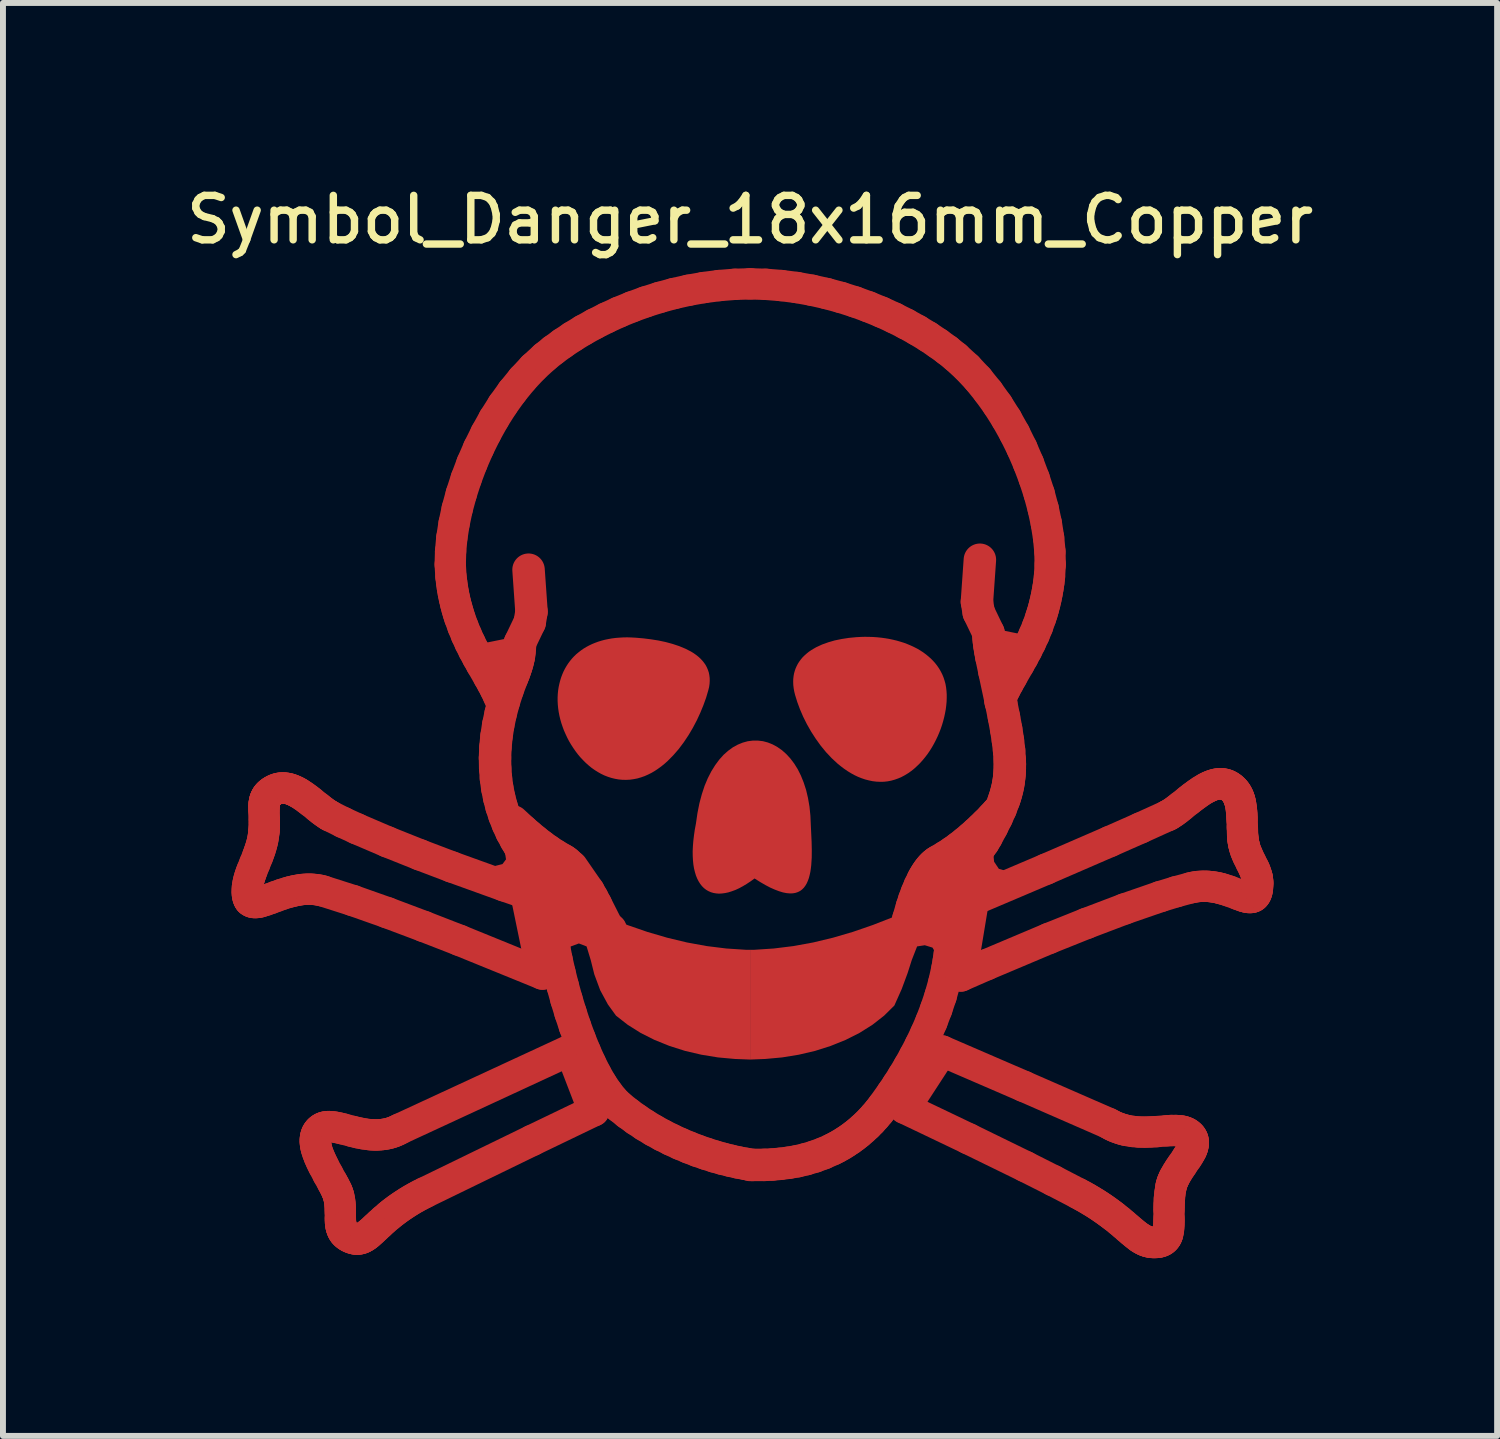
<source format=kicad_pcb>
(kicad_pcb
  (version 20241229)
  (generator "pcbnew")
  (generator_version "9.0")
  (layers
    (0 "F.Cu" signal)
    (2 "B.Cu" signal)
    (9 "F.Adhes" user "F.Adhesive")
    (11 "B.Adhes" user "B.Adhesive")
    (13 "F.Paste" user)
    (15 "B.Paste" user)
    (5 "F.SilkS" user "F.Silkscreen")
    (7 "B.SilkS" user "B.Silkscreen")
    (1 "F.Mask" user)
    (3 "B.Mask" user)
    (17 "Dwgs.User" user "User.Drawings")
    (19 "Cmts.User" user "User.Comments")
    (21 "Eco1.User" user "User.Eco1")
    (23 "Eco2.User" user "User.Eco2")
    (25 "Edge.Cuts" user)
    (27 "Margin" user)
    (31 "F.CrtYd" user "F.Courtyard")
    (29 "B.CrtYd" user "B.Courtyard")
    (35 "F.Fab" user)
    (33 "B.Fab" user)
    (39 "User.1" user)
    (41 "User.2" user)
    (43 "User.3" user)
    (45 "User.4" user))
  (footprint "Symbol_Danger_18x16mm_Copper"
    (layer "F.Cu")
    (at 9.613 9.658)
    (property "Reference" "Symbol_Danger_18x16mm_Copper" (at 0 -9 0) (layer "F.SilkS") (effects (font (size 0.75 0.75) (thickness 0.125))))
    (attr exclude_from_pos_files exclude_from_bom allow_missing_courtyard)
    (fp_line (start -8.489 2.33) (end -8.488 2.376) (stroke (width 0.529) (type solid)) (layer "F.Cu"))
    (fp_line (start -8.488 2.376) (end -8.483 2.415) (stroke (width 0.529) (type solid)) (layer "F.Cu"))
    (fp_line (start -8.486 2.274) (end -8.489 2.33) (stroke (width 0.529) (type solid)) (layer "F.Cu"))
    (fp_line (start -8.483 2.415) (end -8.474 2.448) (stroke (width 0.529) (type solid)) (layer "F.Cu"))
    (fp_line (start -8.478 2.218) (end -8.486 2.274) (stroke (width 0.529) (type solid)) (layer "F.Cu"))
    (fp_line (start -8.474 2.448) (end -8.462 2.475) (stroke (width 0.529) (type solid)) (layer "F.Cu"))
    (fp_line (start -8.466 2.162) (end -8.478 2.218) (stroke (width 0.529) (type solid)) (layer "F.Cu"))
    (fp_line (start -8.462 2.475) (end -8.455 2.486) (stroke (width 0.529) (type solid)) (layer "F.Cu"))
    (fp_line (start -8.455 2.486) (end -8.447 2.496) (stroke (width 0.529) (type solid)) (layer "F.Cu"))
    (fp_line (start -8.45 2.105) (end -8.466 2.162) (stroke (width 0.529) (type solid)) (layer "F.Cu"))
    (fp_line (start -8.447 2.496) (end -8.438 2.504) (stroke (width 0.529) (type solid)) (layer "F.Cu"))
    (fp_line (start -8.438 2.504) (end -8.428 2.511) (stroke (width 0.529) (type solid)) (layer "F.Cu"))
    (fp_line (start -8.431 2.048) (end -8.45 2.105) (stroke (width 0.529) (type solid)) (layer "F.Cu"))
    (fp_line (start -8.428 2.511) (end -8.407 2.522) (stroke (width 0.529) (type solid)) (layer "F.Cu"))
    (fp_line (start -8.41 1.99) (end -8.431 2.048) (stroke (width 0.529) (type solid)) (layer "F.Cu"))
    (fp_line (start -8.407 2.522) (end -8.383 2.528) (stroke (width 0.529) (type solid)) (layer "F.Cu"))
    (fp_line (start -8.383 2.528) (end -8.355 2.53) (stroke (width 0.529) (type solid)) (layer "F.Cu"))
    (fp_line (start -8.362 1.871) (end -8.41 1.99) (stroke (width 0.529) (type solid)) (layer "F.Cu"))
    (fp_line (start -8.355 2.53) (end -8.325 2.528) (stroke (width 0.529) (type solid)) (layer "F.Cu"))
    (fp_line (start -8.325 2.528) (end -8.293 2.523) (stroke (width 0.529) (type solid)) (layer "F.Cu"))
    (fp_line (start -8.313 1.749) (end -8.362 1.871) (stroke (width 0.529) (type solid)) (layer "F.Cu"))
    (fp_line (start -8.293 2.523) (end -8.258 2.515) (stroke (width 0.529) (type solid)) (layer "F.Cu"))
    (fp_line (start -8.29 1.686) (end -8.313 1.749) (stroke (width 0.529) (type solid)) (layer "F.Cu"))
    (fp_line (start -8.268 1.622) (end -8.29 1.686) (stroke (width 0.529) (type solid)) (layer "F.Cu"))
    (fp_line (start -8.258 2.515) (end -8.181 2.491) (stroke (width 0.529) (type solid)) (layer "F.Cu"))
    (fp_line (start -8.248 1.556) (end -8.268 1.622) (stroke (width 0.529) (type solid)) (layer "F.Cu"))
    (fp_line (start -8.231 1.489) (end -8.248 1.556) (stroke (width 0.529) (type solid)) (layer "F.Cu"))
    (fp_line (start -8.218 1.42) (end -8.231 1.489) (stroke (width 0.529) (type solid)) (layer "F.Cu"))
    (fp_line (start -8.209 1.35) (end -8.218 1.42) (stroke (width 0.529) (type solid)) (layer "F.Cu"))
    (fp_line (start -8.207 0.947) (end -8.206 0.994) (stroke (width 0.529) (type solid)) (layer "F.Cu"))
    (fp_line (start -8.206 0.903) (end -8.207 0.947) (stroke (width 0.529) (type solid)) (layer "F.Cu"))
    (fp_line (start -8.206 0.994) (end -8.202 1.098) (stroke (width 0.529) (type solid)) (layer "F.Cu"))
    (fp_line (start -8.206 1.315) (end -8.209 1.35) (stroke (width 0.529) (type solid)) (layer "F.Cu"))
    (fp_line (start -8.205 0.882) (end -8.206 0.903) (stroke (width 0.529) (type solid)) (layer "F.Cu"))
    (fp_line (start -8.203 1.281) (end -8.206 1.315) (stroke (width 0.529) (type solid)) (layer "F.Cu"))
    (fp_line (start -8.203 0.862) (end -8.205 0.882) (stroke (width 0.529) (type solid)) (layer "F.Cu"))
    (fp_line (start -8.202 1.098) (end -8.201 1.155) (stroke (width 0.529) (type solid)) (layer "F.Cu"))
    (fp_line (start -8.201 1.216) (end -8.203 1.281) (stroke (width 0.529) (type solid)) (layer "F.Cu"))
    (fp_line (start -8.201 1.155) (end -8.201 1.216) (stroke (width 0.529) (type solid)) (layer "F.Cu"))
    (fp_line (start -8.2 0.843) (end -8.203 0.862) (stroke (width 0.529) (type solid)) (layer "F.Cu"))
    (fp_line (start -8.197 0.824) (end -8.2 0.843) (stroke (width 0.529) (type solid)) (layer "F.Cu"))
    (fp_line (start -8.192 0.805) (end -8.197 0.824) (stroke (width 0.529) (type solid)) (layer "F.Cu"))
    (fp_line (start -8.186 0.788) (end -8.192 0.805) (stroke (width 0.529) (type solid)) (layer "F.Cu"))
    (fp_line (start -8.181 2.491) (end -8.095 2.461) (stroke (width 0.529) (type solid)) (layer "F.Cu"))
    (fp_line (start -8.179 0.771) (end -8.186 0.788) (stroke (width 0.529) (type solid)) (layer "F.Cu"))
    (fp_line (start -8.171 0.754) (end -8.179 0.771) (stroke (width 0.529) (type solid)) (layer "F.Cu"))
    (fp_line (start -8.162 0.738) (end -8.171 0.754) (stroke (width 0.529) (type solid)) (layer "F.Cu"))
    (fp_line (start -8.151 0.722) (end -8.162 0.738) (stroke (width 0.529) (type solid)) (layer "F.Cu"))
    (fp_line (start -8.138 0.707) (end -8.151 0.722) (stroke (width 0.529) (type solid)) (layer "F.Cu"))
    (fp_line (start -8.124 0.692) (end -8.138 0.707) (stroke (width 0.529) (type solid)) (layer "F.Cu"))
    (fp_line (start -8.108 0.678) (end -8.124 0.692) (stroke (width 0.529) (type solid)) (layer "F.Cu"))
    (fp_line (start -8.095 2.461) (end -8.002 2.426) (stroke (width 0.529) (type solid)) (layer "F.Cu"))
    (fp_line (start -8.09 0.664) (end -8.108 0.678) (stroke (width 0.529) (type solid)) (layer "F.Cu"))
    (fp_line (start -8.07 0.65) (end -8.09 0.664) (stroke (width 0.529) (type solid)) (layer "F.Cu"))
    (fp_line (start -8.048 0.637) (end -8.07 0.65) (stroke (width 0.529) (type solid)) (layer "F.Cu"))
    (fp_line (start -8.017 0.621) (end -8.048 0.637) (stroke (width 0.529) (type solid)) (layer "F.Cu"))
    (fp_line (start -8.002 2.426) (end -7.901 2.39) (stroke (width 0.529) (type solid)) (layer "F.Cu"))
    (fp_line (start -7.985 0.609) (end -8.017 0.621) (stroke (width 0.529) (type solid)) (layer "F.Cu"))
    (fp_line (start -7.954 0.601) (end -7.985 0.609) (stroke (width 0.529) (type solid)) (layer "F.Cu"))
    (fp_line (start -7.922 0.596) (end -7.954 0.601) (stroke (width 0.529) (type solid)) (layer "F.Cu"))
    (fp_line (start -7.901 2.39) (end -7.795 2.357) (stroke (width 0.529) (type solid)) (layer "F.Cu"))
    (fp_line (start -7.89 0.594) (end -7.922 0.596) (stroke (width 0.529) (type solid)) (layer "F.Cu"))
    (fp_line (start -7.858 0.596) (end -7.89 0.594) (stroke (width 0.529) (type solid)) (layer "F.Cu"))
    (fp_line (start -7.826 0.6) (end -7.858 0.596) (stroke (width 0.529) (type solid)) (layer "F.Cu"))
    (fp_line (start -7.795 2.357) (end -7.74 2.343) (stroke (width 0.529) (type solid)) (layer "F.Cu"))
    (fp_line (start -7.794 0.606) (end -7.826 0.6) (stroke (width 0.529) (type solid)) (layer "F.Cu"))
    (fp_line (start -7.762 0.616) (end -7.794 0.606) (stroke (width 0.529) (type solid)) (layer "F.Cu"))
    (fp_line (start -7.74 2.343) (end -7.684 2.33) (stroke (width 0.529) (type solid)) (layer "F.Cu"))
    (fp_line (start -7.73 0.627) (end -7.762 0.616) (stroke (width 0.529) (type solid)) (layer "F.Cu"))
    (fp_line (start -7.698 0.641) (end -7.73 0.627) (stroke (width 0.529) (type solid)) (layer "F.Cu"))
    (fp_line (start -7.684 2.33) (end -7.626 2.319) (stroke (width 0.529) (type solid)) (layer "F.Cu"))
    (fp_line (start -7.666 0.656) (end -7.698 0.641) (stroke (width 0.529) (type solid)) (layer "F.Cu"))
    (fp_line (start -7.634 0.673) (end -7.666 0.656) (stroke (width 0.529) (type solid)) (layer "F.Cu"))
    (fp_line (start -7.626 2.319) (end -7.568 2.31) (stroke (width 0.529) (type solid)) (layer "F.Cu"))
    (fp_line (start -7.602 0.692) (end -7.634 0.673) (stroke (width 0.529) (type solid)) (layer "F.Cu"))
    (fp_line (start -7.568 2.31) (end -7.509 2.305) (stroke (width 0.529) (type solid)) (layer "F.Cu"))
    (fp_line (start -7.539 0.733) (end -7.602 0.692) (stroke (width 0.529) (type solid)) (layer "F.Cu"))
    (fp_line (start -7.509 2.305) (end -7.449 2.303) (stroke (width 0.529) (type solid)) (layer "F.Cu"))
    (fp_line (start -7.477 0.778) (end -7.539 0.733) (stroke (width 0.529) (type solid)) (layer "F.Cu"))
    (fp_line (start -7.449 2.303) (end -7.389 2.305) (stroke (width 0.529) (type solid)) (layer "F.Cu"))
    (fp_line (start -7.416 0.825) (end -7.477 0.778) (stroke (width 0.529) (type solid)) (layer "F.Cu"))
    (fp_line (start -7.389 2.305) (end -7.328 2.311) (stroke (width 0.529) (type solid)) (layer "F.Cu"))
    (fp_line (start -7.34 6.564) (end -7.338 6.594) (stroke (width 0.529) (type solid)) (layer "F.Cu"))
    (fp_line (start -7.34 6.534) (end -7.34 6.564) (stroke (width 0.529) (type solid)) (layer "F.Cu"))
    (fp_line (start -7.338 6.594) (end -7.333 6.626) (stroke (width 0.529) (type solid)) (layer "F.Cu"))
    (fp_line (start -7.337 6.506) (end -7.34 6.534) (stroke (width 0.529) (type solid)) (layer "F.Cu"))
    (fp_line (start -7.333 6.626) (end -7.327 6.658) (stroke (width 0.529) (type solid)) (layer "F.Cu"))
    (fp_line (start -7.332 6.479) (end -7.337 6.506) (stroke (width 0.529) (type solid)) (layer "F.Cu"))
    (fp_line (start -7.328 2.311) (end -7.267 2.321) (stroke (width 0.529) (type solid)) (layer "F.Cu"))
    (fp_line (start -7.327 6.658) (end -7.319 6.691) (stroke (width 0.529) (type solid)) (layer "F.Cu"))
    (fp_line (start -7.324 6.453) (end -7.332 6.479) (stroke (width 0.529) (type solid)) (layer "F.Cu"))
    (fp_line (start -7.319 6.691) (end -7.297 6.759) (stroke (width 0.529) (type solid)) (layer "F.Cu"))
    (fp_line (start -7.314 6.428) (end -7.324 6.453) (stroke (width 0.529) (type solid)) (layer "F.Cu"))
    (fp_line (start -7.3 6.405) (end -7.314 6.428) (stroke (width 0.529) (type solid)) (layer "F.Cu"))
    (fp_line (start -7.297 0.92) (end -7.416 0.825) (stroke (width 0.529) (type solid)) (layer "F.Cu"))
    (fp_line (start -7.297 6.759) (end -7.27 6.829) (stroke (width 0.529) (type solid)) (layer "F.Cu"))
    (fp_line (start -7.283 6.383) (end -7.3 6.405) (stroke (width 0.529) (type solid)) (layer "F.Cu"))
    (fp_line (start -7.27 6.829) (end -7.238 6.9) (stroke (width 0.529) (type solid)) (layer "F.Cu"))
    (fp_line (start -7.267 2.321) (end -7.205 2.336) (stroke (width 0.529) (type solid)) (layer "F.Cu"))
    (fp_line (start -7.263 6.363) (end -7.283 6.383) (stroke (width 0.529) (type solid)) (layer "F.Cu"))
    (fp_line (start -7.241 0.965) (end -7.297 0.92) (stroke (width 0.529) (type solid)) (layer "F.Cu"))
    (fp_line (start -7.24 6.346) (end -7.263 6.363) (stroke (width 0.529) (type solid)) (layer "F.Cu"))
    (fp_line (start -7.238 6.9) (end -7.203 6.972) (stroke (width 0.529) (type solid)) (layer "F.Cu"))
    (fp_line (start -7.215 6.332) (end -7.24 6.346) (stroke (width 0.529) (type solid)) (layer "F.Cu"))
    (fp_line (start -7.205 2.336) (end -6.704 2.496) (stroke (width 0.529) (type solid)) (layer "F.Cu"))
    (fp_line (start -7.203 6.972) (end -7.127 7.116) (stroke (width 0.529) (type solid)) (layer "F.Cu"))
    (fp_line (start -7.189 6.322) (end -7.215 6.332) (stroke (width 0.529) (type solid)) (layer "F.Cu"))
    (fp_line (start -7.186 1.006) (end -7.241 0.965) (stroke (width 0.529) (type solid)) (layer "F.Cu"))
    (fp_line (start -7.16 6.316) (end -7.189 6.322) (stroke (width 0.529) (type solid)) (layer "F.Cu"))
    (fp_line (start -7.133 1.042) (end -7.186 1.006) (stroke (width 0.529) (type solid)) (layer "F.Cu"))
    (fp_line (start -7.13 6.312) (end -7.16 6.316) (stroke (width 0.529) (type solid)) (layer "F.Cu"))
    (fp_line (start -7.127 7.116) (end -7.051 7.253) (stroke (width 0.529) (type solid)) (layer "F.Cu"))
    (fp_line (start -7.107 1.058) (end -7.133 1.042) (stroke (width 0.529) (type solid)) (layer "F.Cu"))
    (fp_line (start -7.098 6.312) (end -7.13 6.312) (stroke (width 0.529) (type solid)) (layer "F.Cu"))
    (fp_line (start -7.082 1.072) (end -7.107 1.058) (stroke (width 0.529) (type solid)) (layer "F.Cu"))
    (fp_line (start -7.051 7.253) (end -7.016 7.318) (stroke (width 0.529) (type solid)) (layer "F.Cu"))
    (fp_line (start -7.03 6.317) (end -7.098 6.312) (stroke (width 0.529) (type solid)) (layer "F.Cu"))
    (fp_line (start -7.016 7.318) (end -6.985 7.38) (stroke (width 0.529) (type solid)) (layer "F.Cu"))
    (fp_line (start -6.985 7.38) (end -6.971 7.411) (stroke (width 0.529) (type solid)) (layer "F.Cu"))
    (fp_line (start -6.971 7.411) (end -6.959 7.443) (stroke (width 0.529) (type solid)) (layer "F.Cu"))
    (fp_line (start -6.959 7.443) (end -6.949 7.474) (stroke (width 0.529) (type solid)) (layer "F.Cu"))
    (fp_line (start -6.957 6.331) (end -7.03 6.317) (stroke (width 0.529) (type solid)) (layer "F.Cu"))
    (fp_line (start -6.949 7.474) (end -6.941 7.505) (stroke (width 0.529) (type solid)) (layer "F.Cu"))
    (fp_line (start -6.941 7.505) (end -6.929 7.568) (stroke (width 0.529) (type solid)) (layer "F.Cu"))
    (fp_line (start -6.929 7.568) (end -6.922 7.63) (stroke (width 0.529) (type solid)) (layer "F.Cu"))
    (fp_line (start -6.922 7.63) (end -6.919 7.691) (stroke (width 0.529) (type solid)) (layer "F.Cu"))
    (fp_line (start -6.919 7.691) (end -6.918 7.751) (stroke (width 0.529) (type solid)) (layer "F.Cu"))
    (fp_line (start -6.918 7.751) (end -6.917 7.865) (stroke (width 0.529) (type solid)) (layer "F.Cu"))
    (fp_line (start -6.917 7.865) (end -6.915 7.919) (stroke (width 0.529) (type solid)) (layer "F.Cu"))
    (fp_line (start -6.915 7.919) (end -6.909 7.97) (stroke (width 0.529) (type solid)) (layer "F.Cu"))
    (fp_line (start -6.909 7.97) (end -6.904 7.994) (stroke (width 0.529) (type solid)) (layer "F.Cu"))
    (fp_line (start -6.904 7.994) (end -6.898 8.018) (stroke (width 0.529) (type solid)) (layer "F.Cu"))
    (fp_line (start -6.898 8.018) (end -6.89 8.04) (stroke (width 0.529) (type solid)) (layer "F.Cu"))
    (fp_line (start -6.89 8.04) (end -6.881 8.062) (stroke (width 0.529) (type solid)) (layer "F.Cu"))
    (fp_line (start -6.881 8.062) (end -6.87 8.082) (stroke (width 0.529) (type solid)) (layer "F.Cu"))
    (fp_line (start -6.877 6.35) (end -6.957 6.331) (stroke (width 0.529) (type solid)) (layer "F.Cu"))
    (fp_line (start -6.871 1.177) (end -7.082 1.072) (stroke (width 0.529) (type solid)) (layer "F.Cu"))
    (fp_line (start -6.87 8.082) (end -6.857 8.102) (stroke (width 0.529) (type solid)) (layer "F.Cu"))
    (fp_line (start -6.857 8.102) (end -6.841 8.12) (stroke (width 0.529) (type solid)) (layer "F.Cu"))
    (fp_line (start -6.841 8.12) (end -6.823 8.137) (stroke (width 0.529) (type solid)) (layer "F.Cu"))
    (fp_line (start -6.823 8.137) (end -6.803 8.153) (stroke (width 0.529) (type solid)) (layer "F.Cu"))
    (fp_line (start -6.803 8.153) (end -6.78 8.168) (stroke (width 0.529) (type solid)) (layer "F.Cu"))
    (fp_line (start -6.78 8.168) (end -6.754 8.182) (stroke (width 0.529) (type solid)) (layer "F.Cu"))
    (fp_line (start -6.754 8.182) (end -6.724 8.194) (stroke (width 0.529) (type solid)) (layer "F.Cu"))
    (fp_line (start -6.724 8.194) (end -6.697 8.203) (stroke (width 0.529) (type solid)) (layer "F.Cu"))
    (fp_line (start -6.705 6.395) (end -6.877 6.35) (stroke (width 0.529) (type solid)) (layer "F.Cu"))
    (fp_line (start -6.704 2.496) (end -6.124 2.701) (stroke (width 0.529) (type solid)) (layer "F.Cu"))
    (fp_line (start -6.697 8.203) (end -6.67 8.209) (stroke (width 0.529) (type solid)) (layer "F.Cu"))
    (fp_line (start -6.67 8.209) (end -6.644 8.212) (stroke (width 0.529) (type solid)) (layer "F.Cu"))
    (fp_line (start -6.644 8.212) (end -6.62 8.211) (stroke (width 0.529) (type solid)) (layer "F.Cu"))
    (fp_line (start -6.636 1.285) (end -6.871 1.177) (stroke (width 0.529) (type solid)) (layer "F.Cu"))
    (fp_line (start -6.62 8.211) (end -6.595 8.208) (stroke (width 0.529) (type solid)) (layer "F.Cu"))
    (fp_line (start -6.613 6.417) (end -6.705 6.395) (stroke (width 0.529) (type solid)) (layer "F.Cu"))
    (fp_line (start -6.595 8.208) (end -6.572 8.202) (stroke (width 0.529) (type solid)) (layer "F.Cu"))
    (fp_line (start -6.572 8.202) (end -6.548 8.194) (stroke (width 0.529) (type solid)) (layer "F.Cu"))
    (fp_line (start -6.548 8.194) (end -6.525 8.182) (stroke (width 0.529) (type solid)) (layer "F.Cu"))
    (fp_line (start -6.525 8.182) (end -6.502 8.169) (stroke (width 0.529) (type solid)) (layer "F.Cu"))
    (fp_line (start -6.518 6.435) (end -6.613 6.417) (stroke (width 0.529) (type solid)) (layer "F.Cu"))
    (fp_line (start -6.502 8.169) (end -6.478 8.153) (stroke (width 0.529) (type solid)) (layer "F.Cu"))
    (fp_line (start -6.478 8.153) (end -6.454 8.135) (stroke (width 0.529) (type solid)) (layer "F.Cu"))
    (fp_line (start -6.454 8.135) (end -6.429 8.114) (stroke (width 0.529) (type solid)) (layer "F.Cu"))
    (fp_line (start -6.429 8.114) (end -6.376 8.068) (stroke (width 0.529) (type solid)) (layer "F.Cu"))
    (fp_line (start -6.42 6.448) (end -6.518 6.435) (stroke (width 0.529) (type solid)) (layer "F.Cu"))
    (fp_line (start -6.376 8.068) (end -6.319 8.014) (stroke (width 0.529) (type solid)) (layer "F.Cu"))
    (fp_line (start -6.37 6.451) (end -6.42 6.448) (stroke (width 0.529) (type solid)) (layer "F.Cu"))
    (fp_line (start -6.32 6.453) (end -6.37 6.451) (stroke (width 0.529) (type solid)) (layer "F.Cu"))
    (fp_line (start -6.319 8.014) (end -6.254 7.954) (stroke (width 0.529) (type solid)) (layer "F.Cu"))
    (fp_line (start -6.269 6.451) (end -6.32 6.453) (stroke (width 0.529) (type solid)) (layer "F.Cu"))
    (fp_line (start -6.254 7.954) (end -6.182 7.888) (stroke (width 0.529) (type solid)) (layer "F.Cu"))
    (fp_line (start -6.218 6.447) (end -6.269 6.451) (stroke (width 0.529) (type solid)) (layer "F.Cu"))
    (fp_line (start -6.182 7.888) (end -6.1 7.818) (stroke (width 0.529) (type solid)) (layer "F.Cu"))
    (fp_line (start -6.166 6.44) (end -6.218 6.447) (stroke (width 0.529) (type solid)) (layer "F.Cu"))
    (fp_line (start -6.124 2.701) (end -5.51 2.932) (stroke (width 0.529) (type solid)) (layer "F.Cu"))
    (fp_line (start -6.12 1.506) (end -6.636 1.285) (stroke (width 0.529) (type solid)) (layer "F.Cu"))
    (fp_line (start -6.114 6.43) (end -6.166 6.44) (stroke (width 0.529) (type solid)) (layer "F.Cu"))
    (fp_line (start -6.1 7.818) (end -6.055 7.781) (stroke (width 0.529) (type solid)) (layer "F.Cu"))
    (fp_line (start -6.062 6.416) (end -6.114 6.43) (stroke (width 0.529) (type solid)) (layer "F.Cu"))
    (fp_line (start -6.055 7.781) (end -6.007 7.744) (stroke (width 0.529) (type solid)) (layer "F.Cu"))
    (fp_line (start -6.01 6.398) (end -6.062 6.416) (stroke (width 0.529) (type solid)) (layer "F.Cu"))
    (fp_line (start -6.007 7.744) (end -5.956 7.706) (stroke (width 0.529) (type solid)) (layer "F.Cu"))
    (fp_line (start -5.958 6.375) (end -6.01 6.398) (stroke (width 0.529) (type solid)) (layer "F.Cu"))
    (fp_line (start -5.956 7.706) (end -5.901 7.667) (stroke (width 0.529) (type solid)) (layer "F.Cu"))
    (fp_line (start -5.906 6.349) (end -5.958 6.375) (stroke (width 0.529) (type solid)) (layer "F.Cu"))
    (fp_line (start -5.901 7.667) (end -5.843 7.628) (stroke (width 0.529) (type solid)) (layer "F.Cu"))
    (fp_line (start -5.843 7.628) (end -5.781 7.588) (stroke (width 0.529) (type solid)) (layer "F.Cu"))
    (fp_line (start -5.781 7.588) (end -5.716 7.548) (stroke (width 0.529) (type solid)) (layer "F.Cu"))
    (fp_line (start -5.716 7.548) (end -5.646 7.508) (stroke (width 0.529) (type solid)) (layer "F.Cu"))
    (fp_line (start -5.646 7.508) (end -5.572 7.468) (stroke (width 0.529) (type solid)) (layer "F.Cu"))
    (fp_line (start -5.574 1.724) (end -6.12 1.506) (stroke (width 0.529) (type solid)) (layer "F.Cu"))
    (fp_line (start -5.572 7.468) (end -5.493 7.428) (stroke (width 0.529) (type solid)) (layer "F.Cu"))
    (fp_line (start -5.51 2.932) (end -4.908 3.166) (stroke (width 0.529) (type solid)) (layer "F.Cu"))
    (fp_line (start -5.493 7.428) (end -3.676 6.544) (stroke (width 0.529) (type solid)) (layer "F.Cu"))
    (fp_line (start -5.062 -3.178) (end -5.056 -3.397) (stroke (width 0.529) (type solid)) (layer "F.Cu"))
    (fp_line (start -5.056 -3.397) (end -5.035 -3.628) (stroke (width 0.529) (type solid)) (layer "F.Cu"))
    (fp_line (start -5.05 -2.974) (end -5.062 -3.178) (stroke (width 0.529) (type solid)) (layer "F.Cu"))
    (fp_line (start -5.038 -2.877) (end -5.05 -2.974) (stroke (width 0.529) (type solid)) (layer "F.Cu"))
    (fp_line (start -5.037 1.928) (end -5.574 1.724) (stroke (width 0.529) (type solid)) (layer "F.Cu"))
    (fp_line (start -5.035 -3.628) (end -4.997 -3.869) (stroke (width 0.529) (type solid)) (layer "F.Cu"))
    (fp_line (start -5.025 -2.784) (end -5.038 -2.877) (stroke (width 0.529) (type solid)) (layer "F.Cu"))
    (fp_line (start -5.009 -2.693) (end -5.025 -2.784) (stroke (width 0.529) (type solid)) (layer "F.Cu"))
    (fp_line (start -4.997 -3.869) (end -4.944 -4.118) (stroke (width 0.529) (type solid)) (layer "F.Cu"))
    (fp_line (start -4.991 -2.605) (end -5.009 -2.693) (stroke (width 0.529) (type solid)) (layer "F.Cu"))
    (fp_line (start -4.971 -2.519) (end -4.991 -2.605) (stroke (width 0.529) (type solid)) (layer "F.Cu"))
    (fp_line (start -4.949 -2.437) (end -4.971 -2.519) (stroke (width 0.529) (type solid)) (layer "F.Cu"))
    (fp_line (start -4.944 -4.118) (end -4.875 -4.372) (stroke (width 0.529) (type solid)) (layer "F.Cu"))
    (fp_line (start -4.926 -2.356) (end -4.949 -2.437) (stroke (width 0.529) (type solid)) (layer "F.Cu"))
    (fp_line (start -4.908 3.166) (end -3.505 3.737) (stroke (width 0.529) (type solid)) (layer "F.Cu"))
    (fp_line (start -4.901 -2.278) (end -4.926 -2.356) (stroke (width 0.529) (type solid)) (layer "F.Cu"))
    (fp_line (start -4.875 -4.372) (end -4.792 -4.628) (stroke (width 0.529) (type solid)) (layer "F.Cu"))
    (fp_line (start -4.847 -2.129) (end -4.901 -2.278) (stroke (width 0.529) (type solid)) (layer "F.Cu"))
    (fp_line (start -4.792 -4.628) (end -4.695 -4.886) (stroke (width 0.529) (type solid)) (layer "F.Cu"))
    (fp_line (start -4.789 -1.988) (end -4.847 -2.129) (stroke (width 0.529) (type solid)) (layer "F.Cu"))
    (fp_line (start -4.728 -1.855) (end -4.789 -1.988) (stroke (width 0.529) (type solid)) (layer "F.Cu"))
    (fp_line (start -4.695 -4.886) (end -4.584 -5.141) (stroke (width 0.529) (type solid)) (layer "F.Cu"))
    (fp_line (start -4.665 -1.729) (end -4.728 -1.855) (stroke (width 0.529) (type solid)) (layer "F.Cu"))
    (fp_line (start -4.6 -1.608) (end -4.665 -1.729) (stroke (width 0.529) (type solid)) (layer "F.Cu"))
    (fp_line (start -4.584 -5.141) (end -4.46 -5.392) (stroke (width 0.529) (type solid)) (layer "F.Cu"))
    (fp_line (start -4.536 -1.494) (end -4.6 -1.608) (stroke (width 0.529) (type solid)) (layer "F.Cu"))
    (fp_line (start -4.46 -5.392) (end -4.324 -5.637) (stroke (width 0.529) (type solid)) (layer "F.Cu"))
    (fp_line (start -4.411 -1.277) (end -4.536 -1.494) (stroke (width 0.529) (type solid)) (layer "F.Cu"))
    (fp_line (start -4.353 -1.174) (end -4.411 -1.277) (stroke (width 0.529) (type solid)) (layer "F.Cu"))
    (fp_line (start -4.324 -5.637) (end -4.175 -5.873) (stroke (width 0.529) (type solid)) (layer "F.Cu"))
    (fp_line (start -4.306 0.088) (end -4.299 -0.092) (stroke (width 0.548) (type solid)) (layer "F.Cu"))
    (fp_line (start -4.303 0.263) (end -4.306 0.088) (stroke (width 0.548) (type solid)) (layer "F.Cu"))
    (fp_line (start -4.3 -1.073) (end -4.353 -1.174) (stroke (width 0.529) (type solid)) (layer "F.Cu"))
    (fp_line (start -4.299 -0.092) (end -4.281 -0.277) (stroke (width 0.548) (type solid)) (layer "F.Cu"))
    (fp_line (start -4.29 0.433) (end -4.303 0.263) (stroke (width 0.548) (type solid)) (layer "F.Cu"))
    (fp_line (start -4.281 -0.277) (end -4.252 -0.466) (stroke (width 0.548) (type solid)) (layer "F.Cu"))
    (fp_line (start -4.268 0.597) (end -4.29 0.433) (stroke (width 0.548) (type solid)) (layer "F.Cu"))
    (fp_line (start -4.252 -0.466) (end -4.211 -0.66) (stroke (width 0.548) (type solid)) (layer "F.Cu"))
    (fp_line (start -4.252 -0.973) (end -4.3 -1.073) (stroke (width 0.529) (type solid)) (layer "F.Cu"))
    (fp_line (start -4.236 0.756) (end -4.268 0.597) (stroke (width 0.548) (type solid)) (layer "F.Cu"))
    (fp_line (start -4.211 -0.66) (end -4.158 -0.859) (stroke (width 0.548) (type solid)) (layer "F.Cu"))
    (fp_line (start -4.211 -0.875) (end -4.252 -0.973) (stroke (width 0.529) (type solid)) (layer "F.Cu"))
    (fp_line (start -4.196 0.91) (end -4.236 0.756) (stroke (width 0.548) (type solid)) (layer "F.Cu"))
    (fp_line (start -4.175 -5.873) (end -4.014 -6.097) (stroke (width 0.529) (type solid)) (layer "F.Cu"))
    (fp_line (start -4.158 -0.859) (end -4.093 -1.063) (stroke (width 0.548) (type solid)) (layer "F.Cu"))
    (fp_line (start -4.152 2.247) (end -5.037 1.928) (stroke (width 0.529) (type solid)) (layer "F.Cu"))
    (fp_line (start -4.147 1.059) (end -4.196 0.91) (stroke (width 0.548) (type solid)) (layer "F.Cu"))
    (fp_line (start -4.093 -1.063) (end -4.015 -1.27) (stroke (width 0.548) (type solid)) (layer "F.Cu"))
    (fp_line (start -4.091 1.201) (end -4.147 1.059) (stroke (width 0.548) (type solid)) (layer "F.Cu"))
    (fp_line (start -4.028 1.339) (end -4.091 1.201) (stroke (width 0.548) (type solid)) (layer "F.Cu"))
    (fp_line (start -4.015 -1.27) (end -3.988 -1.338) (stroke (width 0.548) (type solid)) (layer "F.Cu"))
    (fp_line (start -4.014 -6.097) (end -3.842 -6.308) (stroke (width 0.529) (type solid)) (layer "F.Cu"))
    (fp_line (start -3.988 -1.338) (end -3.965 -1.402) (stroke (width 0.548) (type solid)) (layer "F.Cu"))
    (fp_line (start -3.965 -1.402) (end -3.945 -1.463) (stroke (width 0.548) (type solid)) (layer "F.Cu"))
    (fp_line (start -3.957 1.47) (end -4.028 1.339) (stroke (width 0.548) (type solid)) (layer "F.Cu"))
    (fp_line (start -3.945 -1.463) (end -3.928 -1.521) (stroke (width 0.548) (type solid)) (layer "F.Cu"))
    (fp_line (start -3.928 -1.521) (end -3.915 -1.575) (stroke (width 0.548) (type solid)) (layer "F.Cu"))
    (fp_line (start -3.915 -1.688) (end -4.485 -1.572) (stroke (width 0.548) (type solid)) (layer "F.Cu"))
    (fp_line (start -3.915 -1.575) (end -3.903 -1.627) (stroke (width 0.548) (type solid)) (layer "F.Cu"))
    (fp_line (start -3.904 1.557) (end -3.957 1.47) (stroke (width 0.548) (type solid)) (layer "F.Cu"))
    (fp_line (start -3.903 -1.627) (end -3.895 -1.676) (stroke (width 0.548) (type solid)) (layer "F.Cu"))
    (fp_line (start -3.889 -1.724) (end -3.886 -1.769) (stroke (width 0.548) (type solid)) (layer "F.Cu"))
    (fp_line (start -3.885 -1.855) (end -3.72 -2.2) (stroke (width 0.548) (type solid)) (layer "F.Cu"))
    (fp_line (start -3.884 -1.813) (end -3.885 -1.855) (stroke (width 0.548) (type solid)) (layer "F.Cu"))
    (fp_line (start -3.854 1.629) (end -3.904 1.557) (stroke (width 0.548) (type solid)) (layer "F.Cu"))
    (fp_line (start -3.842 -6.308) (end -3.66 -6.503) (stroke (width 0.529) (type solid)) (layer "F.Cu"))
    (fp_line (start -3.834 1.316) (end -4.003 1.16) (stroke (width 0.548) (type solid)) (layer "F.Cu"))
    (fp_line (start -3.806 1.69) (end -3.854 1.629) (stroke (width 0.548) (type solid)) (layer "F.Cu"))
    (fp_line (start -3.786 2.373) (end -4.152 2.247) (stroke (width 0.529) (type solid)) (layer "F.Cu"))
    (fp_line (start -3.762 1.741) (end -3.806 1.69) (stroke (width 0.548) (type solid)) (layer "F.Cu"))
    (fp_line (start -3.74 -3.09) (end -3.69 -2.38) (stroke (width 0.548) (type solid)) (layer "F.Cu"))
    (fp_line (start -3.738 1.4) (end -3.834 1.316) (stroke (width 0.548) (type solid)) (layer "F.Cu"))
    (fp_line (start -3.69 -2.38) (end -3.72 -2.2) (stroke (width 0.548) (type solid)) (layer "F.Cu"))
    (fp_line (start -3.68 1.833) (end -3.762 1.741) (stroke (width 0.548) (type solid)) (layer "F.Cu"))
    (fp_line (start -3.676 6.544) (end -2.639 6.045) (stroke (width 0.529) (type solid)) (layer "F.Cu"))
    (fp_line (start -3.66 -6.503) (end -3.467 -6.68) (stroke (width 0.529) (type solid)) (layer "F.Cu"))
    (fp_line (start -3.642 1.879) (end -3.68 1.833) (stroke (width 0.548) (type solid)) (layer "F.Cu"))
    (fp_line (start -3.634 1.486) (end -3.738 1.4) (stroke (width 0.548) (type solid)) (layer "F.Cu"))
    (fp_line (start -3.606 1.93) (end -3.642 1.879) (stroke (width 0.548) (type solid)) (layer "F.Cu"))
    (fp_line (start -3.572 1.99) (end -3.606 1.93) (stroke (width 0.548) (type solid)) (layer "F.Cu"))
    (fp_line (start -3.54 2.061) (end -3.572 1.99) (stroke (width 0.548) (type solid)) (layer "F.Cu"))
    (fp_line (start -3.525 1.571) (end -3.634 1.486) (stroke (width 0.548) (type solid)) (layer "F.Cu"))
    (fp_line (start -3.505 3.737) (end -3.786 2.373) (stroke (width 0.529) (type solid)) (layer "F.Cu"))
    (fp_line (start -3.467 -6.68) (end -3.323 -6.796) (stroke (width 0.529) (type solid)) (layer "F.Cu"))
    (fp_line (start -3.411 1.653) (end -3.525 1.571) (stroke (width 0.548) (type solid)) (layer "F.Cu"))
    (fp_line (start -3.342 3.096) (end -3.367 2.914) (stroke (width 0.548) (type solid)) (layer "F.Cu"))
    (fp_line (start -3.323 -6.796) (end -3.167 -6.91) (stroke (width 0.529) (type solid)) (layer "F.Cu"))
    (fp_line (start -3.308 3.292) (end -3.342 3.096) (stroke (width 0.548) (type solid)) (layer "F.Cu"))
    (fp_line (start -3.292 1.731) (end -3.411 1.653) (stroke (width 0.548) (type solid)) (layer "F.Cu"))
    (fp_line (start -3.267 3.501) (end -3.308 3.292) (stroke (width 0.548) (type solid)) (layer "F.Cu"))
    (fp_line (start -3.218 3.717) (end -3.267 3.501) (stroke (width 0.548) (type solid)) (layer "F.Cu"))
    (fp_line (start -3.17 1.803) (end -3.292 1.731) (stroke (width 0.548) (type solid)) (layer "F.Cu"))
    (fp_line (start -3.167 -6.91) (end -2.998 -7.023) (stroke (width 0.529) (type solid)) (layer "F.Cu"))
    (fp_line (start -3.162 3.94) (end -3.218 3.717) (stroke (width 0.548) (type solid)) (layer "F.Cu"))
    (fp_line (start -3.131 1.827) (end -3.17 1.803) (stroke (width 0.548) (type solid)) (layer "F.Cu"))
    (fp_line (start -3.1 4.165) (end -3.162 3.94) (stroke (width 0.548) (type solid)) (layer "F.Cu"))
    (fp_line (start -3.092 1.857) (end -3.131 1.827) (stroke (width 0.548) (type solid)) (layer "F.Cu"))
    (fp_line (start -3.053 1.891) (end -3.092 1.857) (stroke (width 0.548) (type solid)) (layer "F.Cu"))
    (fp_line (start -3.033 5.019) (end -5.906 6.349) (stroke (width 0.529) (type solid)) (layer "F.Cu"))
    (fp_line (start -3.031 4.391) (end -3.1 4.165) (stroke (width 0.548) (type solid)) (layer "F.Cu"))
    (fp_line (start -2.998 -7.023) (end -2.818 -7.133) (stroke (width 0.529) (type solid)) (layer "F.Cu"))
    (fp_line (start -2.957 4.615) (end -3.031 4.391) (stroke (width 0.548) (type solid)) (layer "F.Cu"))
    (fp_line (start -2.877 4.833) (end -2.957 4.615) (stroke (width 0.548) (type solid)) (layer "F.Cu"))
    (fp_line (start -2.818 -7.133) (end -2.627 -7.239) (stroke (width 0.529) (type solid)) (layer "F.Cu"))
    (fp_line (start -2.792 5.043) (end -2.877 4.833) (stroke (width 0.548) (type solid)) (layer "F.Cu"))
    (fp_line (start -2.726 2.337) (end -3.008 1.929) (stroke (width 0.548) (type solid)) (layer "F.Cu"))
    (fp_line (start -2.703 5.242) (end -2.792 5.043) (stroke (width 0.548) (type solid)) (layer "F.Cu"))
    (fp_line (start -2.662 2.451) (end -2.726 2.337) (stroke (width 0.548) (type solid)) (layer "F.Cu"))
    (fp_line (start -2.639 6.045) (end -3.033 5.019) (stroke (width 0.529) (type solid)) (layer "F.Cu"))
    (fp_line (start -2.627 -7.239) (end -2.425 -7.341) (stroke (width 0.529) (type solid)) (layer "F.Cu"))
    (fp_line (start -2.61 5.427) (end -2.703 5.242) (stroke (width 0.548) (type solid)) (layer "F.Cu"))
    (fp_line (start -2.602 2.563) (end -2.662 2.451) (stroke (width 0.548) (type solid)) (layer "F.Cu"))
    (fp_line (start -2.513 5.596) (end -2.61 5.427) (stroke (width 0.548) (type solid)) (layer "F.Cu"))
    (fp_line (start -2.425 -7.341) (end -2.214 -7.438) (stroke (width 0.529) (type solid)) (layer "F.Cu"))
    (fp_line (start -2.419 2.925) (end -2.602 2.563) (stroke (width 0.548) (type solid)) (layer "F.Cu"))
    (fp_line (start -2.412 5.745) (end -2.513 5.596) (stroke (width 0.548) (type solid)) (layer "F.Cu"))
    (fp_line (start -2.369 3.006) (end -2.39 2.977) (stroke (width 0.548) (type solid)) (layer "F.Cu"))
    (fp_line (start -2.362 3.011) (end -2.369 3.006) (stroke (width 0.548) (type solid)) (layer "F.Cu"))
    (fp_line (start -2.357 3.009) (end -2.362 3.011) (stroke (width 0.548) (type solid)) (layer "F.Cu"))
    (fp_line (start -2.354 3) (end -2.357 3.009) (stroke (width 0.548) (type solid)) (layer "F.Cu"))
    (fp_line (start -2.354 2.984) (end -2.354 3) (stroke (width 0.548) (type solid)) (layer "F.Cu"))
    (fp_line (start -2.31 5.873) (end -2.412 5.745) (stroke (width 0.548) (type solid)) (layer "F.Cu"))
    (fp_line (start -2.257 5.928) (end -2.31 5.873) (stroke (width 0.548) (type solid)) (layer "F.Cu"))
    (fp_line (start -2.214 -7.438) (end -1.994 -7.528) (stroke (width 0.529) (type solid)) (layer "F.Cu"))
    (fp_line (start -2.204 5.976) (end -2.257 5.928) (stroke (width 0.548) (type solid)) (layer "F.Cu"))
    (fp_line (start -2.065 6.087) (end -2.204 5.976) (stroke (width 0.548) (type solid)) (layer "F.Cu"))
    (fp_line (start -1.994 -7.528) (end -1.766 -7.611) (stroke (width 0.529) (type solid)) (layer "F.Cu"))
    (fp_line (start -1.923 6.19) (end -2.065 6.087) (stroke (width 0.548) (type solid)) (layer "F.Cu"))
    (fp_line (start -1.777 6.287) (end -1.923 6.19) (stroke (width 0.548) (type solid)) (layer "F.Cu"))
    (fp_line (start -1.766 -7.611) (end -1.53 -7.686) (stroke (width 0.529) (type solid)) (layer "F.Cu"))
    (fp_line (start -1.63 6.376) (end -1.777 6.287) (stroke (width 0.548) (type solid)) (layer "F.Cu"))
    (fp_line (start -1.53 -7.686) (end -1.287 -7.752) (stroke (width 0.529) (type solid)) (layer "F.Cu"))
    (fp_line (start -1.481 6.458) (end -1.63 6.376) (stroke (width 0.548) (type solid)) (layer "F.Cu"))
    (fp_line (start -1.332 6.533) (end -1.481 6.458) (stroke (width 0.548) (type solid)) (layer "F.Cu"))
    (fp_line (start -1.287 -7.752) (end -1.037 -7.808) (stroke (width 0.529) (type solid)) (layer "F.Cu"))
    (fp_line (start -1.182 6.602) (end -1.332 6.533) (stroke (width 0.548) (type solid)) (layer "F.Cu"))
    (fp_line (start -1.037 -7.808) (end -0.783 -7.853) (stroke (width 0.529) (type solid)) (layer "F.Cu"))
    (fp_line (start -1.034 6.664) (end -1.182 6.602) (stroke (width 0.548) (type solid)) (layer "F.Cu"))
    (fp_line (start -0.887 6.721) (end -1.034 6.664) (stroke (width 0.548) (type solid)) (layer "F.Cu"))
    (fp_line (start -0.783 -7.853) (end -0.523 -7.887) (stroke (width 0.529) (type solid)) (layer "F.Cu"))
    (fp_line (start -0.742 6.771) (end -0.887 6.721) (stroke (width 0.548) (type solid)) (layer "F.Cu"))
    (fp_line (start -0.6 6.816) (end -0.742 6.771) (stroke (width 0.548) (type solid)) (layer "F.Cu"))
    (fp_line (start -0.523 -7.887) (end -0.259 -7.908) (stroke (width 0.529) (type solid)) (layer "F.Cu"))
    (fp_line (start -0.462 6.855) (end -0.6 6.816) (stroke (width 0.548) (type solid)) (layer "F.Cu"))
    (fp_line (start -0.329 6.888) (end -0.462 6.855) (stroke (width 0.548) (type solid)) (layer "F.Cu"))
    (fp_line (start -0.259 -7.908) (end 0.009 -7.916) (stroke (width 0.529) (type solid)) (layer "F.Cu"))
    (fp_line (start -0.201 6.917) (end -0.329 6.888) (stroke (width 0.548) (type solid)) (layer "F.Cu"))
    (fp_line (start -0.078 6.94) (end -0.201 6.917) (stroke (width 0.548) (type solid)) (layer "F.Cu"))
    (fp_line (start -0.001 6.959) (end 0.243 6.958) (stroke (width 0.548) (type solid)) (layer "F.Cu"))
    (fp_line (start 0.038 6.959) (end -0.078 6.94) (stroke (width 0.548) (type solid)) (layer "F.Cu"))
    (fp_line (start 0.243 6.958) (end 0.375 6.952) (stroke (width 0.548) (type solid)) (layer "F.Cu"))
    (fp_line (start 0.264 -7.908) (end -0.004 -7.916) (stroke (width 0.529) (type solid)) (layer "F.Cu"))
    (fp_line (start 0.375 6.952) (end 0.511 6.94) (stroke (width 0.548) (type solid)) (layer "F.Cu"))
    (fp_line (start 0.511 6.94) (end 0.652 6.922) (stroke (width 0.548) (type solid)) (layer "F.Cu"))
    (fp_line (start 0.528 -7.887) (end 0.264 -7.908) (stroke (width 0.529) (type solid)) (layer "F.Cu"))
    (fp_line (start 0.652 6.922) (end 0.796 6.897) (stroke (width 0.548) (type solid)) (layer "F.Cu"))
    (fp_line (start 0.788 -7.854) (end 0.528 -7.887) (stroke (width 0.529) (type solid)) (layer "F.Cu"))
    (fp_line (start 0.796 6.897) (end 0.943 6.862) (stroke (width 0.548) (type solid)) (layer "F.Cu"))
    (fp_line (start 0.943 6.862) (end 1.091 6.818) (stroke (width 0.548) (type solid)) (layer "F.Cu"))
    (fp_line (start 1.043 -7.808) (end 0.788 -7.854) (stroke (width 0.529) (type solid)) (layer "F.Cu"))
    (fp_line (start 1.091 6.818) (end 1.24 6.763) (stroke (width 0.548) (type solid)) (layer "F.Cu"))
    (fp_line (start 1.24 6.763) (end 1.39 6.696) (stroke (width 0.548) (type solid)) (layer "F.Cu"))
    (fp_line (start 1.292 -7.752) (end 1.043 -7.808) (stroke (width 0.529) (type solid)) (layer "F.Cu"))
    (fp_line (start 1.39 6.696) (end 1.464 6.658) (stroke (width 0.548) (type solid)) (layer "F.Cu"))
    (fp_line (start 1.464 6.658) (end 1.539 6.616) (stroke (width 0.548) (type solid)) (layer "F.Cu"))
    (fp_line (start 1.535 -7.686) (end 1.292 -7.752) (stroke (width 0.529) (type solid)) (layer "F.Cu"))
    (fp_line (start 1.539 6.616) (end 1.612 6.57) (stroke (width 0.548) (type solid)) (layer "F.Cu"))
    (fp_line (start 1.612 6.57) (end 1.686 6.521) (stroke (width 0.548) (type solid)) (layer "F.Cu"))
    (fp_line (start 1.686 6.521) (end 1.758 6.468) (stroke (width 0.548) (type solid)) (layer "F.Cu"))
    (fp_line (start 1.758 6.468) (end 1.83 6.411) (stroke (width 0.548) (type solid)) (layer "F.Cu"))
    (fp_line (start 1.771 -7.611) (end 1.535 -7.686) (stroke (width 0.529) (type solid)) (layer "F.Cu"))
    (fp_line (start 1.83 6.411) (end 1.901 6.349) (stroke (width 0.548) (type solid)) (layer "F.Cu"))
    (fp_line (start 1.901 6.349) (end 1.972 6.284) (stroke (width 0.548) (type solid)) (layer "F.Cu"))
    (fp_line (start 1.972 6.284) (end 2.041 6.214) (stroke (width 0.548) (type solid)) (layer "F.Cu"))
    (fp_line (start 1.999 -7.528) (end 1.771 -7.611) (stroke (width 0.529) (type solid)) (layer "F.Cu"))
    (fp_line (start 2.041 6.214) (end 2.109 6.139) (stroke (width 0.548) (type solid)) (layer "F.Cu"))
    (fp_line (start 2.109 6.139) (end 2.176 6.06) (stroke (width 0.548) (type solid)) (layer "F.Cu"))
    (fp_line (start 2.176 6.06) (end 2.241 5.976) (stroke (width 0.548) (type solid)) (layer "F.Cu"))
    (fp_line (start 2.219 -7.438) (end 1.999 -7.528) (stroke (width 0.529) (type solid)) (layer "F.Cu"))
    (fp_line (start 2.241 5.976) (end 2.405 5.746) (stroke (width 0.548) (type solid)) (layer "F.Cu"))
    (fp_line (start 2.405 5.746) (end 2.496 5.61) (stroke (width 0.548) (type solid)) (layer "F.Cu"))
    (fp_line (start 2.431 -7.341) (end 2.219 -7.438) (stroke (width 0.529) (type solid)) (layer "F.Cu"))
    (fp_line (start 2.496 5.61) (end 2.591 5.46) (stroke (width 0.548) (type solid)) (layer "F.Cu"))
    (fp_line (start 2.591 5.46) (end 2.688 5.298) (stroke (width 0.548) (type solid)) (layer "F.Cu"))
    (fp_line (start 2.602 3.031) (end 2.603 3.056) (stroke (width 0.548) (type solid)) (layer "F.Cu"))
    (fp_line (start 2.603 3.056) (end 2.605 3.058) (stroke (width 0.548) (type solid)) (layer "F.Cu"))
    (fp_line (start 2.605 3.058) (end 2.608 3.052) (stroke (width 0.548) (type solid)) (layer "F.Cu"))
    (fp_line (start 2.608 3.052) (end 2.631 2.969) (stroke (width 0.548) (type solid)) (layer "F.Cu"))
    (fp_line (start 2.609 6.002) (end 3.238 5.035) (stroke (width 0.529) (type solid)) (layer "F.Cu"))
    (fp_line (start 2.631 2.969) (end 2.672 2.808) (stroke (width 0.548) (type solid)) (layer "F.Cu"))
    (fp_line (start 2.632 -7.239) (end 2.431 -7.341) (stroke (width 0.529) (type solid)) (layer "F.Cu"))
    (fp_line (start 2.672 2.808) (end 2.733 2.599) (stroke (width 0.548) (type solid)) (layer "F.Cu"))
    (fp_line (start 2.688 5.298) (end 2.785 5.124) (stroke (width 0.548) (type solid)) (layer "F.Cu"))
    (fp_line (start 2.733 2.599) (end 2.771 2.484) (stroke (width 0.548) (type solid)) (layer "F.Cu"))
    (fp_line (start 2.771 2.484) (end 2.814 2.368) (stroke (width 0.548) (type solid)) (layer "F.Cu"))
    (fp_line (start 2.785 5.124) (end 2.881 4.939) (stroke (width 0.548) (type solid)) (layer "F.Cu"))
    (fp_line (start 2.814 2.368) (end 2.862 2.253) (stroke (width 0.548) (type solid)) (layer "F.Cu"))
    (fp_line (start 2.823 -7.133) (end 2.632 -7.239) (stroke (width 0.529) (type solid)) (layer "F.Cu"))
    (fp_line (start 2.862 2.253) (end 2.915 2.144) (stroke (width 0.548) (type solid)) (layer "F.Cu"))
    (fp_line (start 2.881 4.939) (end 2.974 4.744) (stroke (width 0.548) (type solid)) (layer "F.Cu"))
    (fp_line (start 2.915 2.144) (end 2.944 2.092) (stroke (width 0.548) (type solid)) (layer "F.Cu"))
    (fp_line (start 2.944 2.092) (end 2.974 2.043) (stroke (width 0.548) (type solid)) (layer "F.Cu"))
    (fp_line (start 2.974 2.043) (end 3.005 1.997) (stroke (width 0.548) (type solid)) (layer "F.Cu"))
    (fp_line (start 2.974 4.744) (end 3.062 4.54) (stroke (width 0.548) (type solid)) (layer "F.Cu"))
    (fp_line (start 3.004 -7.023) (end 2.823 -7.133) (stroke (width 0.529) (type solid)) (layer "F.Cu"))
    (fp_line (start 3.005 1.997) (end 3.038 1.954) (stroke (width 0.548) (type solid)) (layer "F.Cu"))
    (fp_line (start 3.038 1.954) (end 3.072 1.915) (stroke (width 0.548) (type solid)) (layer "F.Cu"))
    (fp_line (start 3.062 4.54) (end 3.143 4.327) (stroke (width 0.548) (type solid)) (layer "F.Cu"))
    (fp_line (start 3.072 1.915) (end 3.108 1.881) (stroke (width 0.548) (type solid)) (layer "F.Cu"))
    (fp_line (start 3.108 1.881) (end 3.145 1.851) (stroke (width 0.548) (type solid)) (layer "F.Cu"))
    (fp_line (start 3.143 4.327) (end 3.217 4.106) (stroke (width 0.548) (type solid)) (layer "F.Cu"))
    (fp_line (start 3.145 1.851) (end 3.183 1.827) (stroke (width 0.548) (type solid)) (layer "F.Cu"))
    (fp_line (start 3.172 -6.91) (end 3.004 -7.023) (stroke (width 0.529) (type solid)) (layer "F.Cu"))
    (fp_line (start 3.183 1.827) (end 3.304 1.755) (stroke (width 0.548) (type solid)) (layer "F.Cu"))
    (fp_line (start 3.217 4.106) (end 3.281 3.878) (stroke (width 0.548) (type solid)) (layer "F.Cu"))
    (fp_line (start 3.238 5.035) (end 4.622 5.633) (stroke (width 0.529) (type solid)) (layer "F.Cu"))
    (fp_line (start 3.281 3.878) (end 3.333 3.644) (stroke (width 0.548) (type solid)) (layer "F.Cu"))
    (fp_line (start 3.304 1.755) (end 3.421 1.679) (stroke (width 0.548) (type solid)) (layer "F.Cu"))
    (fp_line (start 3.329 -6.796) (end 3.172 -6.91) (stroke (width 0.529) (type solid)) (layer "F.Cu"))
    (fp_line (start 3.333 3.644) (end 3.354 3.525) (stroke (width 0.548) (type solid)) (layer "F.Cu"))
    (fp_line (start 3.354 3.525) (end 3.372 3.405) (stroke (width 0.548) (type solid)) (layer "F.Cu"))
    (fp_line (start 3.372 3.405) (end 3.386 3.284) (stroke (width 0.548) (type solid)) (layer "F.Cu"))
    (fp_line (start 3.386 3.284) (end 3.396 3.161) (stroke (width 0.548) (type solid)) (layer "F.Cu"))
    (fp_line (start 3.396 3.161) (end 3.402 3.038) (stroke (width 0.548) (type solid)) (layer "F.Cu"))
    (fp_line (start 3.421 1.679) (end 3.532 1.599) (stroke (width 0.548) (type solid)) (layer "F.Cu"))
    (fp_line (start 3.472 -6.681) (end 3.329 -6.796) (stroke (width 0.529) (type solid)) (layer "F.Cu"))
    (fp_line (start 3.532 1.599) (end 3.637 1.517) (stroke (width 0.548) (type solid)) (layer "F.Cu"))
    (fp_line (start 3.559 3.769) (end 3.771 2.486) (stroke (width 0.529) (type solid)) (layer "F.Cu"))
    (fp_line (start 3.637 1.517) (end 3.735 1.435) (stroke (width 0.548) (type solid)) (layer "F.Cu"))
    (fp_line (start 3.665 -6.504) (end 3.472 -6.681) (stroke (width 0.529) (type solid)) (layer "F.Cu"))
    (fp_line (start 3.681 1.801) (end 3.782 1.703) (stroke (width 0.548) (type solid)) (layer "F.Cu"))
    (fp_line (start 3.689 6.518) (end 2.609 6.002) (stroke (width 0.529) (type solid)) (layer "F.Cu"))
    (fp_line (start 3.735 1.435) (end 3.825 1.355) (stroke (width 0.548) (type solid)) (layer "F.Cu"))
    (fp_line (start 3.771 2.486) (end 5 1.964) (stroke (width 0.529) (type solid)) (layer "F.Cu"))
    (fp_line (start 3.782 1.703) (end 3.834 1.648) (stroke (width 0.548) (type solid)) (layer "F.Cu"))
    (fp_line (start 3.825 1.355) (end 3.908 1.278) (stroke (width 0.548) (type solid)) (layer "F.Cu"))
    (fp_line (start 3.83 -2.548) (end 3.86 -2.368) (stroke (width 0.548) (type solid)) (layer "F.Cu"))
    (fp_line (start 3.834 1.648) (end 3.887 1.586) (stroke (width 0.548) (type solid)) (layer "F.Cu"))
    (fp_line (start 3.848 -6.309) (end 3.665 -6.504) (stroke (width 0.529) (type solid)) (layer "F.Cu"))
    (fp_line (start 3.88 -3.258) (end 3.83 -2.548) (stroke (width 0.548) (type solid)) (layer "F.Cu"))
    (fp_line (start 3.887 1.586) (end 3.941 1.512) (stroke (width 0.548) (type solid)) (layer "F.Cu"))
    (fp_line (start 3.902 2.33) (end 3.638 1.87) (stroke (width 0.548) (type solid)) (layer "F.Cu"))
    (fp_line (start 3.908 1.278) (end 3.981 1.207) (stroke (width 0.548) (type solid)) (layer "F.Cu"))
    (fp_line (start 3.941 1.512) (end 3.994 1.423) (stroke (width 0.548) (type solid)) (layer "F.Cu"))
    (fp_line (start 3.981 1.207) (end 4.098 1.087) (stroke (width 0.548) (type solid)) (layer "F.Cu"))
    (fp_line (start 3.994 1.423) (end 4.086 1.252) (stroke (width 0.548) (type solid)) (layer "F.Cu"))
    (fp_line (start 3.996 3.578) (end 3.559 3.769) (stroke (width 0.529) (type solid)) (layer "F.Cu"))
    (fp_line (start 4.019 -6.097) (end 3.848 -6.309) (stroke (width 0.529) (type solid)) (layer "F.Cu"))
    (fp_line (start 4.025 -2.024) (end 3.86 -2.368) (stroke (width 0.548) (type solid)) (layer "F.Cu"))
    (fp_line (start 4.026 -1.96) (end 4.025 -2.024) (stroke (width 0.548) (type solid)) (layer "F.Cu"))
    (fp_line (start 4.031 -1.891) (end 4.026 -1.96) (stroke (width 0.548) (type solid)) (layer "F.Cu"))
    (fp_line (start 4.04 -1.814) (end 4.031 -1.891) (stroke (width 0.548) (type solid)) (layer "F.Cu"))
    (fp_line (start 4.054 -1.726) (end 4.04 -1.814) (stroke (width 0.548) (type solid)) (layer "F.Cu"))
    (fp_line (start 4.055 -1.828) (end 4.625 -1.712) (stroke (width 0.548) (type solid)) (layer "F.Cu"))
    (fp_line (start 4.072 -1.625) (end 4.054 -1.726) (stroke (width 0.548) (type solid)) (layer "F.Cu"))
    (fp_line (start 4.086 1.252) (end 4.165 1.094) (stroke (width 0.548) (type solid)) (layer "F.Cu"))
    (fp_line (start 4.098 1.087) (end 4.17 1.01) (stroke (width 0.548) (type solid)) (layer "F.Cu"))
    (fp_line (start 4.125 -1.371) (end 4.072 -1.625) (stroke (width 0.548) (type solid)) (layer "F.Cu"))
    (fp_line (start 4.165 1.094) (end 4.231 0.947) (stroke (width 0.548) (type solid)) (layer "F.Cu"))
    (fp_line (start 4.17 1.01) (end 4.193 0.988) (stroke (width 0.548) (type solid)) (layer "F.Cu"))
    (fp_line (start 4.18 -5.873) (end 4.019 -6.097) (stroke (width 0.529) (type solid)) (layer "F.Cu"))
    (fp_line (start 4.193 0.988) (end 4.159 1.037) (stroke (width 0.548) (type solid)) (layer "F.Cu"))
    (fp_line (start 4.216 -0.875) (end 4.257 -0.974) (stroke (width 0.529) (type solid)) (layer "F.Cu"))
    (fp_line (start 4.231 0.947) (end 4.284 0.807) (stroke (width 0.548) (type solid)) (layer "F.Cu"))
    (fp_line (start 4.24 -0.832) (end 4.125 -1.371) (stroke (width 0.548) (type solid)) (layer "F.Cu"))
    (fp_line (start 4.257 -0.974) (end 4.305 -1.073) (stroke (width 0.529) (type solid)) (layer "F.Cu"))
    (fp_line (start 4.284 0.807) (end 4.307 0.74) (stroke (width 0.548) (type solid)) (layer "F.Cu"))
    (fp_line (start 4.286 -0.603) (end 4.24 -0.832) (stroke (width 0.548) (type solid)) (layer "F.Cu"))
    (fp_line (start 4.305 -1.073) (end 4.359 -1.174) (stroke (width 0.529) (type solid)) (layer "F.Cu"))
    (fp_line (start 4.307 0.74) (end 4.326 0.673) (stroke (width 0.548) (type solid)) (layer "F.Cu"))
    (fp_line (start 4.324 -0.396) (end 4.286 -0.603) (stroke (width 0.548) (type solid)) (layer "F.Cu"))
    (fp_line (start 4.326 0.673) (end 4.343 0.606) (stroke (width 0.548) (type solid)) (layer "F.Cu"))
    (fp_line (start 4.329 -5.637) (end 4.18 -5.873) (stroke (width 0.529) (type solid)) (layer "F.Cu"))
    (fp_line (start 4.343 0.606) (end 4.357 0.539) (stroke (width 0.548) (type solid)) (layer "F.Cu"))
    (fp_line (start 4.353 -0.209) (end 4.324 -0.396) (stroke (width 0.548) (type solid)) (layer "F.Cu"))
    (fp_line (start 4.357 0.539) (end 4.368 0.472) (stroke (width 0.548) (type solid)) (layer "F.Cu"))
    (fp_line (start 4.359 -1.174) (end 4.417 -1.277) (stroke (width 0.529) (type solid)) (layer "F.Cu"))
    (fp_line (start 4.368 0.472) (end 4.376 0.405) (stroke (width 0.548) (type solid)) (layer "F.Cu"))
    (fp_line (start 4.373 -0.038) (end 4.353 -0.209) (stroke (width 0.548) (type solid)) (layer "F.Cu"))
    (fp_line (start 4.376 0.405) (end 4.382 0.336) (stroke (width 0.548) (type solid)) (layer "F.Cu"))
    (fp_line (start 4.382 0.336) (end 4.385 0.265) (stroke (width 0.548) (type solid)) (layer "F.Cu"))
    (fp_line (start 4.384 0.119) (end 4.373 -0.038) (stroke (width 0.548) (type solid)) (layer "F.Cu"))
    (fp_line (start 4.385 0.265) (end 4.386 0.193) (stroke (width 0.548) (type solid)) (layer "F.Cu"))
    (fp_line (start 4.386 0.193) (end 4.384 0.119) (stroke (width 0.548) (type solid)) (layer "F.Cu"))
    (fp_line (start 4.417 -1.277) (end 4.541 -1.494) (stroke (width 0.529) (type solid)) (layer "F.Cu"))
    (fp_line (start 4.466 -5.392) (end 4.329 -5.637) (stroke (width 0.529) (type solid)) (layer "F.Cu"))
    (fp_line (start 4.541 -1.494) (end 4.606 -1.609) (stroke (width 0.529) (type solid)) (layer "F.Cu"))
    (fp_line (start 4.59 -5.141) (end 4.466 -5.392) (stroke (width 0.529) (type solid)) (layer "F.Cu"))
    (fp_line (start 4.606 -1.609) (end 4.67 -1.729) (stroke (width 0.529) (type solid)) (layer "F.Cu"))
    (fp_line (start 4.622 5.633) (end 6.048 6.256) (stroke (width 0.529) (type solid)) (layer "F.Cu"))
    (fp_line (start 4.649 6.987) (end 3.689 6.518) (stroke (width 0.529) (type solid)) (layer "F.Cu"))
    (fp_line (start 4.67 -1.729) (end 4.733 -1.855) (stroke (width 0.529) (type solid)) (layer "F.Cu"))
    (fp_line (start 4.7 -4.886) (end 4.59 -5.141) (stroke (width 0.529) (type solid)) (layer "F.Cu"))
    (fp_line (start 4.733 -1.855) (end 4.795 -1.988) (stroke (width 0.529) (type solid)) (layer "F.Cu"))
    (fp_line (start 4.795 -1.988) (end 4.853 -2.129) (stroke (width 0.529) (type solid)) (layer "F.Cu"))
    (fp_line (start 4.797 -4.629) (end 4.7 -4.886) (stroke (width 0.529) (type solid)) (layer "F.Cu"))
    (fp_line (start 4.853 -2.129) (end 4.906 -2.278) (stroke (width 0.529) (type solid)) (layer "F.Cu"))
    (fp_line (start 4.881 -4.372) (end 4.797 -4.629) (stroke (width 0.529) (type solid)) (layer "F.Cu"))
    (fp_line (start 4.906 -2.278) (end 4.931 -2.356) (stroke (width 0.529) (type solid)) (layer "F.Cu"))
    (fp_line (start 4.931 -2.356) (end 4.955 -2.437) (stroke (width 0.529) (type solid)) (layer "F.Cu"))
    (fp_line (start 4.949 -4.118) (end 4.881 -4.372) (stroke (width 0.529) (type solid)) (layer "F.Cu"))
    (fp_line (start 4.955 -2.437) (end 4.976 -2.52) (stroke (width 0.529) (type solid)) (layer "F.Cu"))
    (fp_line (start 4.976 -2.52) (end 4.996 -2.605) (stroke (width 0.529) (type solid)) (layer "F.Cu"))
    (fp_line (start 4.996 -2.605) (end 5.014 -2.693) (stroke (width 0.529) (type solid)) (layer "F.Cu"))
    (fp_line (start 5 1.964) (end 6.073 1.499) (stroke (width 0.529) (type solid)) (layer "F.Cu"))
    (fp_line (start 5.002 -3.87) (end 4.949 -4.118) (stroke (width 0.529) (type solid)) (layer "F.Cu"))
    (fp_line (start 5.014 -2.693) (end 5.03 -2.784) (stroke (width 0.529) (type solid)) (layer "F.Cu"))
    (fp_line (start 5.03 -2.784) (end 5.044 -2.878) (stroke (width 0.529) (type solid)) (layer "F.Cu"))
    (fp_line (start 5.04 -3.629) (end 5.002 -3.87) (stroke (width 0.529) (type solid)) (layer "F.Cu"))
    (fp_line (start 5.044 -2.878) (end 5.055 -2.974) (stroke (width 0.529) (type solid)) (layer "F.Cu"))
    (fp_line (start 5.046 3.135) (end 3.996 3.578) (stroke (width 0.529) (type solid)) (layer "F.Cu"))
    (fp_line (start 5.055 -2.974) (end 5.067 -3.178) (stroke (width 0.529) (type solid)) (layer "F.Cu"))
    (fp_line (start 5.062 -3.397) (end 5.04 -3.629) (stroke (width 0.529) (type solid)) (layer "F.Cu"))
    (fp_line (start 5.067 -3.178) (end 5.062 -3.397) (stroke (width 0.529) (type solid)) (layer "F.Cu"))
    (fp_line (start 5.119 7.224) (end 4.649 6.987) (stroke (width 0.529) (type solid)) (layer "F.Cu"))
    (fp_line (start 5.539 7.442) (end 5.119 7.224) (stroke (width 0.529) (type solid)) (layer "F.Cu"))
    (fp_line (start 5.617 7.484) (end 5.539 7.442) (stroke (width 0.529) (type solid)) (layer "F.Cu"))
    (fp_line (start 5.68 2.881) (end 5.046 3.135) (stroke (width 0.529) (type solid)) (layer "F.Cu"))
    (fp_line (start 5.69 7.525) (end 5.617 7.484) (stroke (width 0.529) (type solid)) (layer "F.Cu"))
    (fp_line (start 5.76 7.567) (end 5.69 7.525) (stroke (width 0.529) (type solid)) (layer "F.Cu"))
    (fp_line (start 5.826 7.607) (end 5.76 7.567) (stroke (width 0.529) (type solid)) (layer "F.Cu"))
    (fp_line (start 5.888 7.647) (end 5.826 7.607) (stroke (width 0.529) (type solid)) (layer "F.Cu"))
    (fp_line (start 5.946 7.686) (end 5.888 7.647) (stroke (width 0.529) (type solid)) (layer "F.Cu"))
    (fp_line (start 6.001 7.724) (end 5.946 7.686) (stroke (width 0.529) (type solid)) (layer "F.Cu"))
    (fp_line (start 6.048 6.256) (end 6.1 6.285) (stroke (width 0.529) (type solid)) (layer "F.Cu"))
    (fp_line (start 6.053 7.762) (end 6.001 7.724) (stroke (width 0.529) (type solid)) (layer "F.Cu"))
    (fp_line (start 6.073 1.499) (end 6.589 1.271) (stroke (width 0.529) (type solid)) (layer "F.Cu"))
    (fp_line (start 6.1 6.285) (end 6.151 6.31) (stroke (width 0.529) (type solid)) (layer "F.Cu"))
    (fp_line (start 6.102 7.798) (end 6.053 7.762) (stroke (width 0.529) (type solid)) (layer "F.Cu"))
    (fp_line (start 6.149 7.834) (end 6.102 7.798) (stroke (width 0.529) (type solid)) (layer "F.Cu"))
    (fp_line (start 6.151 6.31) (end 6.203 6.331) (stroke (width 0.529) (type solid)) (layer "F.Cu"))
    (fp_line (start 6.203 6.331) (end 6.255 6.349) (stroke (width 0.529) (type solid)) (layer "F.Cu"))
    (fp_line (start 6.234 7.902) (end 6.149 7.834) (stroke (width 0.529) (type solid)) (layer "F.Cu"))
    (fp_line (start 6.255 6.349) (end 6.307 6.365) (stroke (width 0.529) (type solid)) (layer "F.Cu"))
    (fp_line (start 6.307 6.365) (end 6.359 6.377) (stroke (width 0.529) (type solid)) (layer "F.Cu"))
    (fp_line (start 6.31 7.966) (end 6.234 7.902) (stroke (width 0.529) (type solid)) (layer "F.Cu"))
    (fp_line (start 6.323 2.637) (end 5.68 2.881) (stroke (width 0.529) (type solid)) (layer "F.Cu"))
    (fp_line (start 6.359 6.377) (end 6.462 6.394) (stroke (width 0.529) (type solid)) (layer "F.Cu"))
    (fp_line (start 6.378 8.025) (end 6.31 7.966) (stroke (width 0.529) (type solid)) (layer "F.Cu"))
    (fp_line (start 6.44 8.078) (end 6.378 8.025) (stroke (width 0.529) (type solid)) (layer "F.Cu"))
    (fp_line (start 6.462 6.394) (end 6.564 6.403) (stroke (width 0.529) (type solid)) (layer "F.Cu"))
    (fp_line (start 6.498 8.126) (end 6.44 8.078) (stroke (width 0.529) (type solid)) (layer "F.Cu"))
    (fp_line (start 6.552 8.168) (end 6.498 8.126) (stroke (width 0.529) (type solid)) (layer "F.Cu"))
    (fp_line (start 6.564 6.403) (end 6.663 6.405) (stroke (width 0.529) (type solid)) (layer "F.Cu"))
    (fp_line (start 6.578 8.187) (end 6.552 8.168) (stroke (width 0.529) (type solid)) (layer "F.Cu"))
    (fp_line (start 6.589 1.271) (end 7.041 1.066) (stroke (width 0.529) (type solid)) (layer "F.Cu"))
    (fp_line (start 6.604 8.203) (end 6.578 8.187) (stroke (width 0.529) (type solid)) (layer "F.Cu"))
    (fp_line (start 6.63 8.218) (end 6.604 8.203) (stroke (width 0.529) (type solid)) (layer "F.Cu"))
    (fp_line (start 6.656 8.231) (end 6.63 8.218) (stroke (width 0.529) (type solid)) (layer "F.Cu"))
    (fp_line (start 6.663 6.405) (end 6.761 6.402) (stroke (width 0.529) (type solid)) (layer "F.Cu"))
    (fp_line (start 6.682 8.243) (end 6.656 8.231) (stroke (width 0.529) (type solid)) (layer "F.Cu"))
    (fp_line (start 6.709 8.252) (end 6.682 8.243) (stroke (width 0.529) (type solid)) (layer "F.Cu"))
    (fp_line (start 6.736 8.259) (end 6.709 8.252) (stroke (width 0.529) (type solid)) (layer "F.Cu"))
    (fp_line (start 6.761 6.402) (end 6.855 6.397) (stroke (width 0.529) (type solid)) (layer "F.Cu"))
    (fp_line (start 6.764 8.265) (end 6.736 8.259) (stroke (width 0.529) (type solid)) (layer "F.Cu"))
    (fp_line (start 6.792 8.268) (end 6.764 8.265) (stroke (width 0.529) (type solid)) (layer "F.Cu"))
    (fp_line (start 6.822 8.269) (end 6.792 8.268) (stroke (width 0.529) (type solid)) (layer "F.Cu"))
    (fp_line (start 6.855 6.397) (end 7.032 6.383) (stroke (width 0.529) (type solid)) (layer "F.Cu"))
    (fp_line (start 6.856 8.268) (end 6.822 8.269) (stroke (width 0.529) (type solid)) (layer "F.Cu"))
    (fp_line (start 6.887 8.265) (end 6.856 8.268) (stroke (width 0.529) (type solid)) (layer "F.Cu"))
    (fp_line (start 6.914 8.259) (end 6.887 8.265) (stroke (width 0.529) (type solid)) (layer "F.Cu"))
    (fp_line (start 6.925 2.429) (end 6.323 2.637) (stroke (width 0.529) (type solid)) (layer "F.Cu"))
    (fp_line (start 6.939 8.251) (end 6.914 8.259) (stroke (width 0.529) (type solid)) (layer "F.Cu"))
    (fp_line (start 6.961 8.241) (end 6.939 8.251) (stroke (width 0.529) (type solid)) (layer "F.Cu"))
    (fp_line (start 6.98 8.229) (end 6.961 8.241) (stroke (width 0.529) (type solid)) (layer "F.Cu"))
    (fp_line (start 6.997 8.214) (end 6.98 8.229) (stroke (width 0.529) (type solid)) (layer "F.Cu"))
    (fp_line (start 7.012 8.198) (end 6.997 8.214) (stroke (width 0.529) (type solid)) (layer "F.Cu"))
    (fp_line (start 7.025 8.18) (end 7.012 8.198) (stroke (width 0.529) (type solid)) (layer "F.Cu"))
    (fp_line (start 7.032 6.383) (end 7.113 6.378) (stroke (width 0.529) (type solid)) (layer "F.Cu"))
    (fp_line (start 7.036 8.16) (end 7.025 8.18) (stroke (width 0.529) (type solid)) (layer "F.Cu"))
    (fp_line (start 7.041 1.066) (end 7.066 1.053) (stroke (width 0.529) (type solid)) (layer "F.Cu"))
    (fp_line (start 7.045 8.138) (end 7.036 8.16) (stroke (width 0.529) (type solid)) (layer "F.Cu"))
    (fp_line (start 7.052 8.114) (end 7.045 8.138) (stroke (width 0.529) (type solid)) (layer "F.Cu"))
    (fp_line (start 7.063 8.061) (end 7.052 8.114) (stroke (width 0.529) (type solid)) (layer "F.Cu"))
    (fp_line (start 7.066 1.053) (end 7.093 1.038) (stroke (width 0.529) (type solid)) (layer "F.Cu"))
    (fp_line (start 7.069 8.002) (end 7.063 8.061) (stroke (width 0.529) (type solid)) (layer "F.Cu"))
    (fp_line (start 7.072 7.937) (end 7.069 8.002) (stroke (width 0.529) (type solid)) (layer "F.Cu"))
    (fp_line (start 7.073 7.866) (end 7.072 7.937) (stroke (width 0.529) (type solid)) (layer "F.Cu"))
    (fp_line (start 7.073 7.708) (end 7.073 7.866) (stroke (width 0.529) (type solid)) (layer "F.Cu"))
    (fp_line (start 7.075 7.622) (end 7.073 7.708) (stroke (width 0.529) (type solid)) (layer "F.Cu"))
    (fp_line (start 7.079 7.533) (end 7.075 7.622) (stroke (width 0.529) (type solid)) (layer "F.Cu"))
    (fp_line (start 7.088 7.439) (end 7.079 7.533) (stroke (width 0.529) (type solid)) (layer "F.Cu"))
    (fp_line (start 7.093 1.038) (end 7.15 1.001) (stroke (width 0.529) (type solid)) (layer "F.Cu"))
    (fp_line (start 7.103 7.343) (end 7.088 7.439) (stroke (width 0.529) (type solid)) (layer "F.Cu"))
    (fp_line (start 7.11 7.31) (end 7.103 7.343) (stroke (width 0.529) (type solid)) (layer "F.Cu"))
    (fp_line (start 7.113 6.378) (end 7.188 6.378) (stroke (width 0.529) (type solid)) (layer "F.Cu"))
    (fp_line (start 7.119 7.278) (end 7.11 7.31) (stroke (width 0.529) (type solid)) (layer "F.Cu"))
    (fp_line (start 7.13 7.245) (end 7.119 7.278) (stroke (width 0.529) (type solid)) (layer "F.Cu"))
    (fp_line (start 7.144 7.213) (end 7.13 7.245) (stroke (width 0.529) (type solid)) (layer "F.Cu"))
    (fp_line (start 7.15 1.001) (end 7.21 0.957) (stroke (width 0.529) (type solid)) (layer "F.Cu"))
    (fp_line (start 7.158 7.181) (end 7.144 7.213) (stroke (width 0.529) (type solid)) (layer "F.Cu"))
    (fp_line (start 7.175 7.149) (end 7.158 7.181) (stroke (width 0.529) (type solid)) (layer "F.Cu"))
    (fp_line (start 7.188 6.378) (end 7.258 6.383) (stroke (width 0.529) (type solid)) (layer "F.Cu"))
    (fp_line (start 7.196 2.346) (end 6.925 2.429) (stroke (width 0.529) (type solid)) (layer "F.Cu"))
    (fp_line (start 7.21 0.957) (end 7.273 0.907) (stroke (width 0.529) (type solid)) (layer "F.Cu"))
    (fp_line (start 7.211 7.086) (end 7.175 7.149) (stroke (width 0.529) (type solid)) (layer "F.Cu"))
    (fp_line (start 7.25 7.024) (end 7.211 7.086) (stroke (width 0.529) (type solid)) (layer "F.Cu"))
    (fp_line (start 7.258 6.383) (end 7.29 6.388) (stroke (width 0.529) (type solid)) (layer "F.Cu"))
    (fp_line (start 7.273 0.907) (end 7.407 0.8) (stroke (width 0.529) (type solid)) (layer "F.Cu"))
    (fp_line (start 7.29 6.388) (end 7.32 6.396) (stroke (width 0.529) (type solid)) (layer "F.Cu"))
    (fp_line (start 7.291 6.964) (end 7.25 7.024) (stroke (width 0.529) (type solid)) (layer "F.Cu"))
    (fp_line (start 7.32 6.396) (end 7.349 6.406) (stroke (width 0.529) (type solid)) (layer "F.Cu"))
    (fp_line (start 7.349 6.406) (end 7.375 6.418) (stroke (width 0.529) (type solid)) (layer "F.Cu"))
    (fp_line (start 7.371 6.846) (end 7.291 6.964) (stroke (width 0.529) (type solid)) (layer "F.Cu"))
    (fp_line (start 7.375 6.418) (end 7.4 6.434) (stroke (width 0.529) (type solid)) (layer "F.Cu"))
    (fp_line (start 7.4 6.434) (end 7.422 6.452) (stroke (width 0.529) (type solid)) (layer "F.Cu"))
    (fp_line (start 7.407 0.8) (end 7.476 0.746) (stroke (width 0.529) (type solid)) (layer "F.Cu"))
    (fp_line (start 7.407 6.79) (end 7.371 6.846) (stroke (width 0.529) (type solid)) (layer "F.Cu"))
    (fp_line (start 7.422 6.452) (end 7.442 6.472) (stroke (width 0.529) (type solid)) (layer "F.Cu"))
    (fp_line (start 7.438 6.735) (end 7.407 6.79) (stroke (width 0.529) (type solid)) (layer "F.Cu"))
    (fp_line (start 7.438 2.281) (end 7.196 2.346) (stroke (width 0.529) (type solid)) (layer "F.Cu"))
    (fp_line (start 7.442 6.472) (end 7.457 6.493) (stroke (width 0.529) (type solid)) (layer "F.Cu"))
    (fp_line (start 7.451 6.709) (end 7.438 6.735) (stroke (width 0.529) (type solid)) (layer "F.Cu"))
    (fp_line (start 7.457 6.493) (end 7.469 6.515) (stroke (width 0.529) (type solid)) (layer "F.Cu"))
    (fp_line (start 7.462 6.683) (end 7.451 6.709) (stroke (width 0.529) (type solid)) (layer "F.Cu"))
    (fp_line (start 7.469 6.515) (end 7.477 6.537) (stroke (width 0.529) (type solid)) (layer "F.Cu"))
    (fp_line (start 7.471 6.657) (end 7.462 6.683) (stroke (width 0.529) (type solid)) (layer "F.Cu"))
    (fp_line (start 7.476 0.746) (end 7.547 0.694) (stroke (width 0.529) (type solid)) (layer "F.Cu"))
    (fp_line (start 7.477 6.537) (end 7.481 6.56) (stroke (width 0.529) (type solid)) (layer "F.Cu"))
    (fp_line (start 7.477 6.632) (end 7.471 6.657) (stroke (width 0.529) (type solid)) (layer "F.Cu"))
    (fp_line (start 7.481 6.56) (end 7.483 6.583) (stroke (width 0.529) (type solid)) (layer "F.Cu"))
    (fp_line (start 7.481 6.607) (end 7.477 6.632) (stroke (width 0.529) (type solid)) (layer "F.Cu"))
    (fp_line (start 7.483 6.583) (end 7.481 6.607) (stroke (width 0.529) (type solid)) (layer "F.Cu"))
    (fp_line (start 7.5 2.268) (end 7.438 2.281) (stroke (width 0.529) (type solid)) (layer "F.Cu"))
    (fp_line (start 7.547 0.694) (end 7.618 0.645) (stroke (width 0.529) (type solid)) (layer "F.Cu"))
    (fp_line (start 7.56 2.259) (end 7.5 2.268) (stroke (width 0.529) (type solid)) (layer "F.Cu"))
    (fp_line (start 7.618 0.645) (end 7.689 0.602) (stroke (width 0.529) (type solid)) (layer "F.Cu"))
    (fp_line (start 7.619 2.255) (end 7.56 2.259) (stroke (width 0.529) (type solid)) (layer "F.Cu"))
    (fp_line (start 7.677 2.254) (end 7.619 2.255) (stroke (width 0.529) (type solid)) (layer "F.Cu"))
    (fp_line (start 7.689 0.602) (end 7.725 0.584) (stroke (width 0.529) (type solid)) (layer "F.Cu"))
    (fp_line (start 7.725 0.584) (end 7.76 0.567) (stroke (width 0.529) (type solid)) (layer "F.Cu"))
    (fp_line (start 7.733 2.256) (end 7.677 2.254) (stroke (width 0.529) (type solid)) (layer "F.Cu"))
    (fp_line (start 7.76 0.567) (end 7.795 0.553) (stroke (width 0.529) (type solid)) (layer "F.Cu"))
    (fp_line (start 7.788 2.262) (end 7.733 2.256) (stroke (width 0.529) (type solid)) (layer "F.Cu"))
    (fp_line (start 7.795 0.553) (end 7.83 0.541) (stroke (width 0.529) (type solid)) (layer "F.Cu"))
    (fp_line (start 7.83 0.541) (end 7.865 0.532) (stroke (width 0.529) (type solid)) (layer "F.Cu"))
    (fp_line (start 7.841 2.269) (end 7.788 2.262) (stroke (width 0.529) (type solid)) (layer "F.Cu"))
    (fp_line (start 7.865 0.532) (end 7.899 0.526) (stroke (width 0.529) (type solid)) (layer "F.Cu"))
    (fp_line (start 7.893 2.279) (end 7.841 2.269) (stroke (width 0.529) (type solid)) (layer "F.Cu"))
    (fp_line (start 7.899 0.526) (end 7.933 0.523) (stroke (width 0.529) (type solid)) (layer "F.Cu"))
    (fp_line (start 7.933 0.523) (end 7.966 0.524) (stroke (width 0.529) (type solid)) (layer "F.Cu"))
    (fp_line (start 7.943 2.291) (end 7.893 2.279) (stroke (width 0.529) (type solid)) (layer "F.Cu"))
    (fp_line (start 7.966 0.524) (end 7.999 0.529) (stroke (width 0.529) (type solid)) (layer "F.Cu"))
    (fp_line (start 7.991 2.305) (end 7.943 2.291) (stroke (width 0.529) (type solid)) (layer "F.Cu"))
    (fp_line (start 7.999 0.529) (end 8.031 0.537) (stroke (width 0.529) (type solid)) (layer "F.Cu"))
    (fp_line (start 8.031 0.537) (end 8.063 0.549) (stroke (width 0.529) (type solid)) (layer "F.Cu"))
    (fp_line (start 8.063 0.549) (end 8.093 0.566) (stroke (width 0.529) (type solid)) (layer "F.Cu"))
    (fp_line (start 8.083 2.334) (end 7.991 2.305) (stroke (width 0.529) (type solid)) (layer "F.Cu"))
    (fp_line (start 8.093 0.566) (end 8.115 0.581) (stroke (width 0.529) (type solid)) (layer "F.Cu"))
    (fp_line (start 8.115 0.581) (end 8.135 0.596) (stroke (width 0.529) (type solid)) (layer "F.Cu"))
    (fp_line (start 8.135 0.596) (end 8.153 0.612) (stroke (width 0.529) (type solid)) (layer "F.Cu"))
    (fp_line (start 8.153 0.612) (end 8.171 0.63) (stroke (width 0.529) (type solid)) (layer "F.Cu"))
    (fp_line (start 8.171 0.63) (end 8.186 0.648) (stroke (width 0.529) (type solid)) (layer "F.Cu"))
    (fp_line (start 8.186 0.648) (end 8.201 0.666) (stroke (width 0.529) (type solid)) (layer "F.Cu"))
    (fp_line (start 8.201 0.666) (end 8.214 0.686) (stroke (width 0.529) (type solid)) (layer "F.Cu"))
    (fp_line (start 8.214 0.686) (end 8.226 0.707) (stroke (width 0.529) (type solid)) (layer "F.Cu"))
    (fp_line (start 8.226 0.707) (end 8.237 0.728) (stroke (width 0.529) (type solid)) (layer "F.Cu"))
    (fp_line (start 8.237 0.728) (end 8.247 0.75) (stroke (width 0.529) (type solid)) (layer "F.Cu"))
    (fp_line (start 8.246 2.394) (end 8.083 2.334) (stroke (width 0.529) (type solid)) (layer "F.Cu"))
    (fp_line (start 8.247 0.75) (end 8.256 0.773) (stroke (width 0.529) (type solid)) (layer "F.Cu"))
    (fp_line (start 8.256 0.773) (end 8.263 0.796) (stroke (width 0.529) (type solid)) (layer "F.Cu"))
    (fp_line (start 8.263 0.796) (end 8.27 0.82) (stroke (width 0.529) (type solid)) (layer "F.Cu"))
    (fp_line (start 8.27 0.82) (end 8.277 0.845) (stroke (width 0.529) (type solid)) (layer "F.Cu"))
    (fp_line (start 8.277 0.845) (end 8.287 0.898) (stroke (width 0.529) (type solid)) (layer "F.Cu"))
    (fp_line (start 8.287 0.898) (end 8.294 0.952) (stroke (width 0.529) (type solid)) (layer "F.Cu"))
    (fp_line (start 8.294 0.952) (end 8.3 1.01) (stroke (width 0.529) (type solid)) (layer "F.Cu"))
    (fp_line (start 8.3 1.01) (end 8.304 1.07) (stroke (width 0.529) (type solid)) (layer "F.Cu"))
    (fp_line (start 8.304 1.07) (end 8.306 1.132) (stroke (width 0.529) (type solid)) (layer "F.Cu"))
    (fp_line (start 8.306 1.132) (end 8.311 1.263) (stroke (width 0.529) (type solid)) (layer "F.Cu"))
    (fp_line (start 8.311 1.263) (end 8.316 1.403) (stroke (width 0.529) (type solid)) (layer "F.Cu"))
    (fp_line (start 8.316 2.419) (end 8.246 2.394) (stroke (width 0.529) (type solid)) (layer "F.Cu"))
    (fp_line (start 8.316 1.403) (end 8.319 1.438) (stroke (width 0.529) (type solid)) (layer "F.Cu"))
    (fp_line (start 8.319 1.438) (end 8.323 1.472) (stroke (width 0.529) (type solid)) (layer "F.Cu"))
    (fp_line (start 8.323 1.472) (end 8.328 1.504) (stroke (width 0.529) (type solid)) (layer "F.Cu"))
    (fp_line (start 8.328 1.504) (end 8.334 1.536) (stroke (width 0.529) (type solid)) (layer "F.Cu"))
    (fp_line (start 8.334 1.536) (end 8.341 1.566) (stroke (width 0.529) (type solid)) (layer "F.Cu"))
    (fp_line (start 8.341 1.566) (end 8.348 1.596) (stroke (width 0.529) (type solid)) (layer "F.Cu"))
    (fp_line (start 8.348 1.596) (end 8.366 1.652) (stroke (width 0.529) (type solid)) (layer "F.Cu"))
    (fp_line (start 8.348 2.429) (end 8.316 2.419) (stroke (width 0.529) (type solid)) (layer "F.Cu"))
    (fp_line (start 8.366 1.652) (end 8.387 1.704) (stroke (width 0.529) (type solid)) (layer "F.Cu"))
    (fp_line (start 8.379 2.437) (end 8.348 2.429) (stroke (width 0.529) (type solid)) (layer "F.Cu"))
    (fp_line (start 8.387 1.704) (end 8.409 1.754) (stroke (width 0.529) (type solid)) (layer "F.Cu"))
    (fp_line (start 8.407 2.443) (end 8.379 2.437) (stroke (width 0.529) (type solid)) (layer "F.Cu"))
    (fp_line (start 8.409 1.754) (end 8.455 1.849) (stroke (width 0.529) (type solid)) (layer "F.Cu"))
    (fp_line (start 8.433 2.445) (end 8.407 2.443) (stroke (width 0.529) (type solid)) (layer "F.Cu"))
    (fp_line (start 8.455 1.849) (end 8.5 1.939) (stroke (width 0.529) (type solid)) (layer "F.Cu"))
    (fp_line (start 8.457 2.444) (end 8.433 2.445) (stroke (width 0.529) (type solid)) (layer "F.Cu"))
    (fp_line (start 8.478 2.44) (end 8.457 2.444) (stroke (width 0.529) (type solid)) (layer "F.Cu"))
    (fp_line (start 8.498 2.432) (end 8.478 2.44) (stroke (width 0.529) (type solid)) (layer "F.Cu"))
    (fp_line (start 8.5 1.939) (end 8.521 1.984) (stroke (width 0.529) (type solid)) (layer "F.Cu"))
    (fp_line (start 8.515 2.419) (end 8.498 2.432) (stroke (width 0.529) (type solid)) (layer "F.Cu"))
    (fp_line (start 8.521 1.984) (end 8.538 2.03) (stroke (width 0.529) (type solid)) (layer "F.Cu"))
    (fp_line (start 8.53 2.401) (end 8.515 2.419) (stroke (width 0.529) (type solid)) (layer "F.Cu"))
    (fp_line (start 8.538 2.03) (end 8.553 2.077) (stroke (width 0.529) (type solid)) (layer "F.Cu"))
    (fp_line (start 8.543 2.379) (end 8.53 2.401) (stroke (width 0.529) (type solid)) (layer "F.Cu"))
    (fp_line (start 8.553 2.077) (end 8.559 2.101) (stroke (width 0.529) (type solid)) (layer "F.Cu"))
    (fp_line (start 8.554 2.351) (end 8.543 2.379) (stroke (width 0.529) (type solid)) (layer "F.Cu"))
    (fp_line (start 8.559 2.101) (end 8.564 2.126) (stroke (width 0.529) (type solid)) (layer "F.Cu"))
    (fp_line (start 8.562 2.317) (end 8.554 2.351) (stroke (width 0.529) (type solid)) (layer "F.Cu"))
    (fp_line (start 8.564 2.126) (end 8.567 2.151) (stroke (width 0.529) (type solid)) (layer "F.Cu"))
    (fp_line (start 8.567 2.151) (end 8.57 2.177) (stroke (width 0.529) (type solid)) (layer "F.Cu"))
    (fp_line (start 8.567 2.277) (end 8.562 2.317) (stroke (width 0.529) (type solid)) (layer "F.Cu"))
    (fp_line (start 8.57 2.177) (end 8.571 2.204) (stroke (width 0.529) (type solid)) (layer "F.Cu"))
    (fp_line (start 8.57 2.231) (end 8.567 2.277) (stroke (width 0.529) (type solid)) (layer "F.Cu"))
    (fp_line (start 8.571 2.204) (end 8.57 2.231) (stroke (width 0.529) (type solid)) (layer "F.Cu"))
    (fp_poly (pts (xy -4.15 1.61) (xy -4.12 1.8) (xy -4.18 1.88) (xy -4.3 1.91) (xy -4.47 2.2) (xy -3.82 2.66) (xy -3.19 3.48) (xy -3.08 3.29) (xy -2.89 3.22) (xy -2.76 3.27) (xy -2.69 3.5) (xy -2.63 3.74) (xy -2.53 4.01) (xy -2.4 4.25) (xy -2.263 4.439) (xy -2.066 4.593) (xy -1.848 4.73) (xy -1.612 4.849) (xy -1.361 4.95) (xy -1.097 5.034) (xy -0.823 5.098) (xy -0.541 5.144) (xy -0.256 5.17) (xy 0 5.18) (xy 0 3.327) (xy -0.068 3.327) (xy -0.401 3.305) (xy -0.733 3.264) (xy -1.066 3.203) (xy -1.399 3.123) (xy -1.734 3.025) (xy -2.07 2.909) (xy -2.409 2.777) (xy -3.856 1.336)) (stroke (width 0) (type solid)) (fill yes) (layer "F.Cu"))
    (fp_poly (pts (xy 4.105 1.686) (xy 4.12 1.84) (xy 4.2 1.96) (xy 4.325 1.996) (xy 4.47 2.2) (xy 3.82 2.66) (xy 3.19 3.48) (xy 3.08 3.29) (xy 2.95 3.25) (xy 2.82 3.27) (xy 2.73 3.5) (xy 2.66 3.72) (xy 2.56 3.99) (xy 2.436 4.268) (xy 2.263 4.439) (xy 2.066 4.593) (xy 1.848 4.73) (xy 1.612 4.849) (xy 1.361 4.95) (xy 1.097 5.034) (xy 0.823 5.098) (xy 0.541 5.144) (xy 0.256 5.17) (xy 0 5.18) (xy 0 3.327) (xy 0.068 3.327) (xy 0.401 3.305) (xy 0.733 3.264) (xy 1.066 3.203) (xy 1.399 3.123) (xy 1.734 3.025) (xy 2.07 2.909) (xy 2.409 2.777) (xy 3.856 1.336)) (stroke (width 0) (type solid)) (fill yes) (layer "F.Cu"))
    (fp_poly (pts (xy 0.217 -0.195) (xy 0.3 -0.173) (xy 0.382 -0.14) (xy 0.462 -0.096) (xy 0.539 -0.042) (xy 0.612 0.023) (xy 0.681 0.098) (xy 0.745 0.183) (xy 0.805 0.279) (xy 0.858 0.385) (xy 0.905 0.502) (xy 0.946 0.628) (xy 0.978 0.764) (xy 1.003 0.909) (xy 1.019 1.065) (xy 1.026 1.23) (xy 1.039 1.504) (xy 1.042 1.64) (xy 1.041 1.771) (xy 1.033 1.896) (xy 1.026 1.955) (xy 1.018 2.011) (xy 1.006 2.065) (xy 0.993 2.115) (xy 0.976 2.162) (xy 0.957 2.205) (xy 0.934 2.244) (xy 0.908 2.279) (xy 0.879 2.308) (xy 0.846 2.333) (xy 0.808 2.352) (xy 0.767 2.366) (xy 0.721 2.374) (xy 0.67 2.375) (xy 0.615 2.37) (xy 0.555 2.358) (xy 0.489 2.338) (xy 0.418 2.311) (xy 0.341 2.277) (xy 0.259 2.234) (xy 0.171 2.183) (xy 0.076 2.123) (xy 0.008 2.172) (xy -0.059 2.216) (xy -0.124 2.255) (xy -0.187 2.289) (xy -0.248 2.317) (xy -0.308 2.339) (xy -0.365 2.357) (xy -0.421 2.369) (xy -0.474 2.376) (xy -0.525 2.379) (xy -0.573 2.375) (xy -0.62 2.367) (xy -0.663 2.354) (xy -0.704 2.336) (xy -0.743 2.313) (xy -0.779 2.285) (xy -0.812 2.252) (xy -0.842 2.214) (xy -0.869 2.171) (xy -0.893 2.124) (xy -0.914 2.072) (xy -0.931 2.015) (xy -0.946 1.954) (xy -0.957 1.888) (xy -0.964 1.817) (xy -0.968 1.742) (xy -0.969 1.662) (xy -0.965 1.578) (xy -0.958 1.489) (xy -0.947 1.396) (xy -0.933 1.298) (xy -0.914 1.197) (xy -0.914 1.197) (xy -0.914 1.197) (xy -0.914 1.197) (xy -0.914 1.197) (xy -0.914 1.197) (xy -0.914 1.197) (xy -0.914 1.197) (xy -0.888 1.018) (xy -0.855 0.852) (xy -0.814 0.699) (xy -0.767 0.557) (xy -0.713 0.429) (xy -0.653 0.312) (xy -0.588 0.208) (xy -0.519 0.115) (xy -0.446 0.034) (xy -0.369 -0.034) (xy -0.289 -0.092) (xy -0.207 -0.137) (xy -0.123 -0.171) (xy -0.039 -0.194) (xy 0.047 -0.205) (xy 0.132 -0.205)) (stroke (width 0) (type solid)) (fill yes) (layer "F.Cu"))
    (fp_poly (pts (xy -2.003 -1.946) (xy -1.932 -1.942) (xy -1.803 -1.931) (xy -1.675 -1.915) (xy -1.549 -1.895) (xy -1.426 -1.869) (xy -1.308 -1.837) (xy -1.197 -1.8) (xy -1.093 -1.757) (xy -0.997 -1.708) (xy -0.953 -1.681) (xy -0.912 -1.652) (xy -0.874 -1.622) (xy -0.838 -1.589) (xy -0.806 -1.555) (xy -0.777 -1.519) (xy -0.751 -1.482) (xy -0.73 -1.442) (xy -0.712 -1.4) (xy -0.697 -1.356) (xy -0.688 -1.311) (xy -0.682 -1.263) (xy -0.681 -1.213) (xy -0.684 -1.161) (xy -0.692 -1.107) (xy -0.706 -1.051) (xy -0.742 -0.929) (xy -0.787 -0.804) (xy -0.839 -0.677) (xy -0.898 -0.549) (xy -0.965 -0.422) (xy -1.038 -0.298) (xy -1.118 -0.178) (xy -1.204 -0.063) (xy -1.297 0.044) (xy -1.395 0.143) (xy -1.446 0.188) (xy -1.499 0.231) (xy -1.553 0.27) (xy -1.608 0.307) (xy -1.664 0.34) (xy -1.722 0.369) (xy -1.781 0.395) (xy -1.841 0.416) (xy -1.902 0.434) (xy -1.964 0.446) (xy -2.027 0.455) (xy -2.092 0.458) (xy -2.156 0.457) (xy -2.219 0.451) (xy -2.281 0.44) (xy -2.342 0.425) (xy -2.401 0.406) (xy -2.46 0.383) (xy -2.516 0.356) (xy -2.571 0.325) (xy -2.625 0.291) (xy -2.677 0.254) (xy -2.727 0.213) (xy -2.775 0.17) (xy -2.821 0.124) (xy -2.866 0.076) (xy -2.908 0.026) (xy -2.948 -0.027) (xy -2.986 -0.082) (xy -3.022 -0.138) (xy -3.056 -0.195) (xy -3.087 -0.255) (xy -3.115 -0.315) (xy -3.142 -0.376) (xy -3.165 -0.438) (xy -3.186 -0.5) (xy -3.204 -0.563) (xy -3.219 -0.626) (xy -3.231 -0.689) (xy -3.24 -0.751) (xy -3.246 -0.814) (xy -3.249 -0.875) (xy -3.249 -0.936) (xy -3.246 -0.996) (xy -3.246 -0.996) (xy -3.24 -1.055) (xy -3.231 -1.112) (xy -3.219 -1.167) (xy -3.205 -1.221) (xy -3.189 -1.273) (xy -3.17 -1.323) (xy -3.149 -1.372) (xy -3.125 -1.419) (xy -3.099 -1.464) (xy -3.071 -1.507) (xy -3.04 -1.549) (xy -3.008 -1.588) (xy -2.973 -1.626) (xy -2.936 -1.662) (xy -2.896 -1.695) (xy -2.855 -1.727) (xy -2.812 -1.757) (xy -2.766 -1.785) (xy -2.719 -1.81) (xy -2.669 -1.834) (xy -2.618 -1.855) (xy -2.564 -1.875) (xy -2.509 -1.892) (xy -2.452 -1.907) (xy -2.393 -1.919) (xy -2.332 -1.93) (xy -2.27 -1.938) (xy -2.206 -1.943) (xy -2.14 -1.947) (xy -2.072 -1.948)) (stroke (width 0) (type solid)) (fill yes) (layer "F.Cu"))
    (fp_poly (pts (xy 2.008 -1.956) (xy 2.077 -1.954) (xy 2.146 -1.949) (xy 2.214 -1.942) (xy 2.281 -1.933) (xy 2.347 -1.922) (xy 2.412 -1.908) (xy 2.475 -1.893) (xy 2.537 -1.875) (xy 2.598 -1.856) (xy 2.656 -1.834) (xy 2.713 -1.81) (xy 2.769 -1.784) (xy 2.822 -1.757) (xy 2.873 -1.727) (xy 2.922 -1.695) (xy 2.968 -1.661) (xy 3.012 -1.625) (xy 3.054 -1.588) (xy 3.093 -1.548) (xy 3.13 -1.506) (xy 3.163 -1.463) (xy 3.194 -1.417) (xy 3.221 -1.37) (xy 3.246 -1.32) (xy 3.267 -1.269) (xy 3.284 -1.216) (xy 3.299 -1.162) (xy 3.309 -1.105) (xy 3.316 -1.046) (xy 3.316 -1.046) (xy 3.32 -0.986) (xy 3.32 -0.925) (xy 3.318 -0.862) (xy 3.312 -0.798) (xy 3.304 -0.733) (xy 3.292 -0.668) (xy 3.278 -0.603) (xy 3.261 -0.537) (xy 3.242 -0.472) (xy 3.22 -0.407) (xy 3.195 -0.342) (xy 3.168 -0.279) (xy 3.138 -0.216) (xy 3.106 -0.154) (xy 3.072 -0.094) (xy 3.036 -0.036) (xy 2.997 0.021) (xy 2.956 0.075) (xy 2.913 0.127) (xy 2.868 0.177) (xy 2.821 0.223) (xy 2.773 0.267) (xy 2.722 0.308) (xy 2.67 0.345) (xy 2.616 0.378) (xy 2.56 0.408) (xy 2.503 0.433) (xy 2.444 0.454) (xy 2.384 0.471) (xy 2.323 0.483) (xy 2.26 0.49) (xy 2.196 0.491) (xy 2.131 0.488) (xy 2.067 0.48) (xy 2.005 0.467) (xy 1.943 0.451) (xy 1.881 0.43) (xy 1.821 0.406) (xy 1.762 0.378) (xy 1.704 0.346) (xy 1.647 0.311) (xy 1.591 0.273) (xy 1.537 0.232) (xy 1.483 0.189) (xy 1.38 0.094) (xy 1.283 -0.009) (xy 1.192 -0.12) (xy 1.108 -0.237) (xy 1.03 -0.358) (xy 0.96 -0.481) (xy 0.897 -0.607) (xy 0.843 -0.732) (xy 0.797 -0.856) (xy 0.76 -0.976) (xy 0.746 -1.033) (xy 0.736 -1.088) (xy 0.73 -1.141) (xy 0.728 -1.192) (xy 0.729 -1.242) (xy 0.734 -1.29) (xy 0.742 -1.336) (xy 0.754 -1.38) (xy 0.769 -1.423) (xy 0.787 -1.464) (xy 0.808 -1.504) (xy 0.832 -1.541) (xy 0.859 -1.577) (xy 0.888 -1.612) (xy 0.921 -1.644) (xy 0.956 -1.675) (xy 0.993 -1.705) (xy 1.033 -1.732) (xy 1.076 -1.758) (xy 1.12 -1.783) (xy 1.216 -1.827) (xy 1.319 -1.864) (xy 1.429 -1.896) (xy 1.546 -1.92) (xy 1.668 -1.939) (xy 1.795 -1.951) (xy 1.866 -1.955) (xy 1.937 -1.957)) (stroke (width 0) (type solid)) (fill yes) (layer "F.Cu")))
  (gr_rect
    (start -3 -3)
    (end 22.225 21.192)
    (stroke (width 0.1) (type default))
    (fill no)
    (layer "Edge.Cuts")))
</source>
